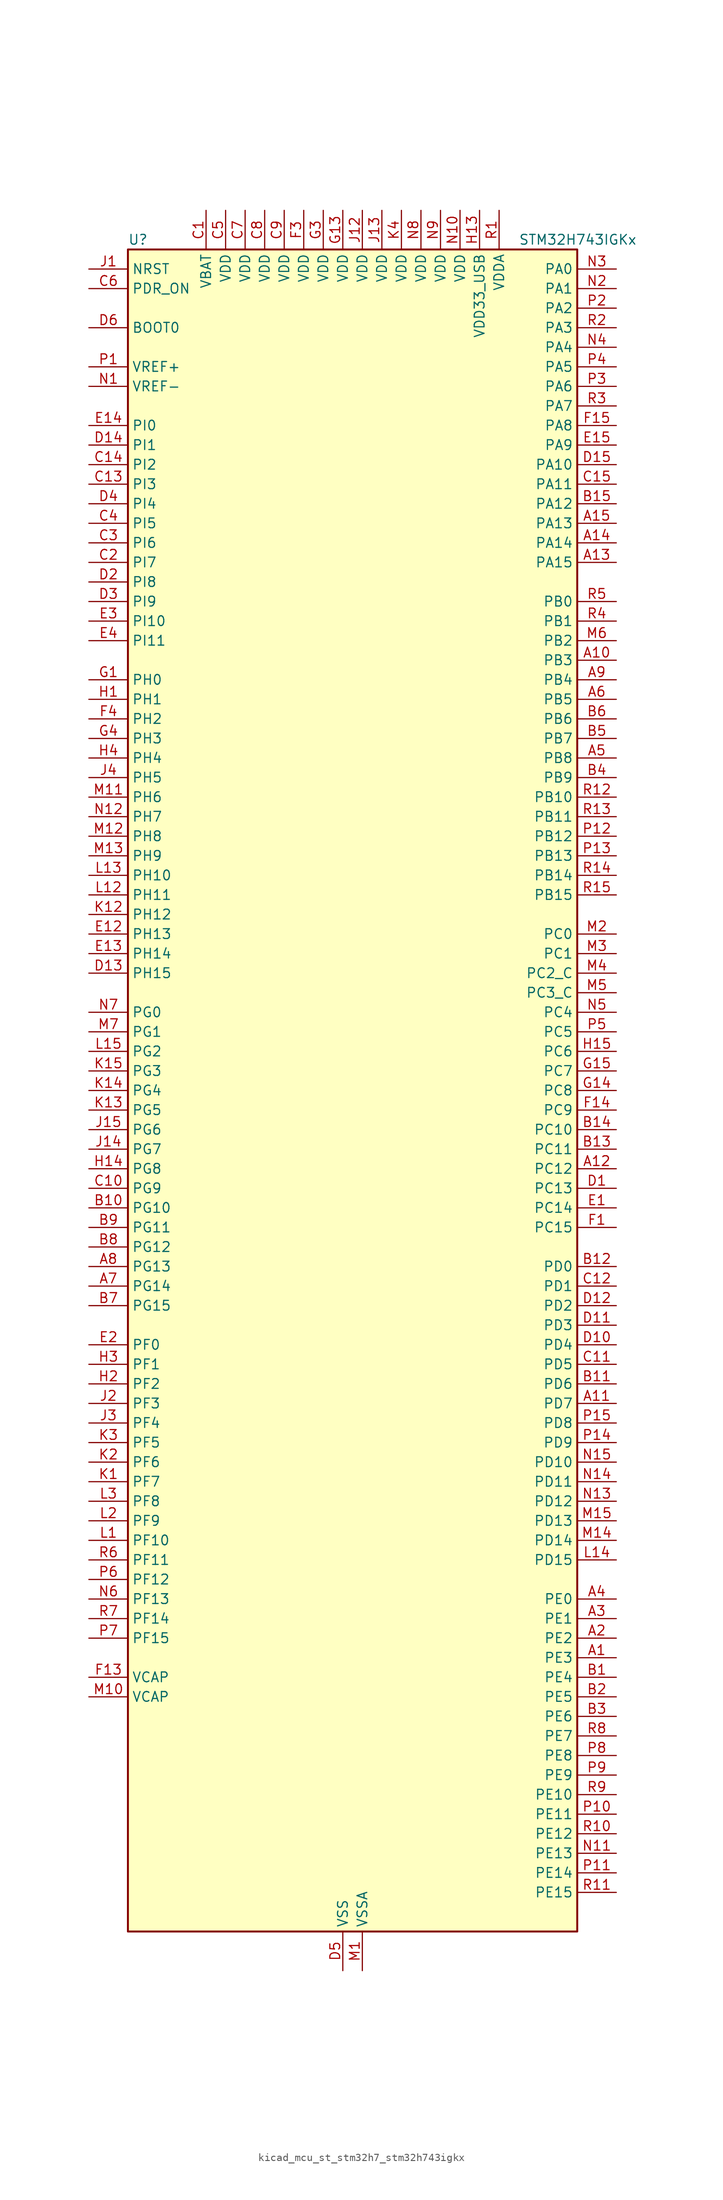
<source format=kicad_sym>
(kicad_symbol_lib
  (version 20220914)
  (generator kicad_symbol_editor)
  (symbol "kicad_mcu_st_stm32h7_stm32h743igkx"
    (property "Reference" "U"
      (at -27.94 110.49 0)
      (effects (font (size 1.27 1.27)) (justify left)))
    (property "Value" "STM32H743IGKx"
      (at 22.86 110.49 0)
      (effects (font (size 1.27 1.27)) (justify left)))
    (property "ki_locked" ""
      (at 0 0 0)
      (effects (font (size 1.27 1.27))))
    (symbol "kicad_mcu_st_stm32h7_stm32h743igkx_0_1"
      (rectangle (start -27.94 -109.22) (end 30.48 109.22) (stroke (width 0.254) (type default)) (fill (type background))))
    (symbol "kicad_mcu_st_stm32h7_stm32h743igkx_1_1"
      (pin bidirectional line (at 35.56 -73.66 180) (length 5.08) (name "PE3" (effects (font (size 1.27 1.27)))) (number "A1" (effects (font (size 1.27 1.27)))) (alternate "DEBUG_TRACED0" bidirectional line) (alternate "FMC_A19" bidirectional line) (alternate "SAI1_SD_B" bidirectional line) (alternate "SAI4_SD_B" bidirectional line) (alternate "TIM15_BKIN" bidirectional line))
      (pin bidirectional line (at 35.56 55.88 180) (length 5.08) (name "PB3" (effects (font (size 1.27 1.27)))) (number "A10" (effects (font (size 1.27 1.27)))) (alternate "CRS_SYNC" bidirectional line) (alternate "DEBUG_JTDO-SWO" bidirectional line) (alternate "HRTIM_FLT4" bidirectional line) (alternate "I2S1_CK" bidirectional line) (alternate "I2S3_CK" bidirectional line) (alternate "SDMMC2_D2" bidirectional line) (alternate "SPI1_SCK" bidirectional line) (alternate "SPI3_SCK" bidirectional line) (alternate "SPI6_SCK" bidirectional line) (alternate "TIM2_CH2" bidirectional line) (alternate "UART7_RX" bidirectional line))
      (pin bidirectional line (at 35.56 -40.64 180) (length 5.08) (name "PD7" (effects (font (size 1.27 1.27)))) (number "A11" (effects (font (size 1.27 1.27)))) (alternate "DFSDM1_CKIN1" bidirectional line) (alternate "DFSDM1_DATIN4" bidirectional line) (alternate "FMC_NE1" bidirectional line) (alternate "I2S1_SDO" bidirectional line) (alternate "SDMMC2_CMD" bidirectional line) (alternate "SPDIFRX1_IN0" bidirectional line) (alternate "SPI1_MOSI" bidirectional line) (alternate "USART2_CK" bidirectional line))
      (pin bidirectional line (at 35.56 -10.16 180) (length 5.08) (name "PC12" (effects (font (size 1.27 1.27)))) (number "A12" (effects (font (size 1.27 1.27)))) (alternate "DCMI_D9" bidirectional line) (alternate "DEBUG_TRACED3" bidirectional line) (alternate "HRTIM_EEV2" bidirectional line) (alternate "I2S3_SDO" bidirectional line) (alternate "SDMMC1_CK" bidirectional line) (alternate "SPI3_MOSI" bidirectional line) (alternate "UART5_TX" bidirectional line) (alternate "USART3_CK" bidirectional line))
      (pin bidirectional line (at 35.56 68.58 180) (length 5.08) (name "PA15" (effects (font (size 1.27 1.27)))) (number "A13" (effects (font (size 1.27 1.27)))) (alternate "ADC1_EXTI15" bidirectional line) (alternate "ADC2_EXTI15" bidirectional line) (alternate "ADC3_EXTI15" bidirectional line) (alternate "CEC" bidirectional line) (alternate "DEBUG_JTDI" bidirectional line) (alternate "HRTIM_FLT1" bidirectional line) (alternate "I2S1_WS" bidirectional line) (alternate "I2S3_WS" bidirectional line) (alternate "SPI1_NSS" bidirectional line) (alternate "SPI3_NSS" bidirectional line) (alternate "SPI6_NSS" bidirectional line) (alternate "TIM2_CH1" bidirectional line) (alternate "TIM2_ETR" bidirectional line) (alternate "UART4_DE" bidirectional line) (alternate "UART4_RTS" bidirectional line) (alternate "UART7_TX" bidirectional line))
      (pin bidirectional line (at 35.56 71.12 180) (length 5.08) (name "PA14" (effects (font (size 1.27 1.27)))) (number "A14" (effects (font (size 1.27 1.27)))) (alternate "DEBUG_JTCK-SWCLK" bidirectional line))
      (pin bidirectional line (at 35.56 73.66 180) (length 5.08) (name "PA13" (effects (font (size 1.27 1.27)))) (number "A15" (effects (font (size 1.27 1.27)))) (alternate "DEBUG_JTMS-SWDIO" bidirectional line))
      (pin bidirectional line (at 35.56 -71.12 180) (length 5.08) (name "PE2" (effects (font (size 1.27 1.27)))) (number "A2" (effects (font (size 1.27 1.27)))) (alternate "DEBUG_TRACECLK" bidirectional line) (alternate "ETH_TXD3" bidirectional line) (alternate "FMC_A23" bidirectional line) (alternate "QUADSPI_BK1_IO2" bidirectional line) (alternate "SAI1_CK1" bidirectional line) (alternate "SAI1_MCLK_A" bidirectional line) (alternate "SAI4_CK1" bidirectional line) (alternate "SAI4_MCLK_A" bidirectional line) (alternate "SPI4_SCK" bidirectional line))
      (pin bidirectional line (at 35.56 -68.58 180) (length 5.08) (name "PE1" (effects (font (size 1.27 1.27)))) (number "A3" (effects (font (size 1.27 1.27)))) (alternate "DCMI_D3" bidirectional line) (alternate "FMC_NBL1" bidirectional line) (alternate "HRTIM_SCOUT" bidirectional line) (alternate "LPTIM1_IN2" bidirectional line) (alternate "UART8_TX" bidirectional line))
      (pin bidirectional line (at 35.56 -66.04 180) (length 5.08) (name "PE0" (effects (font (size 1.27 1.27)))) (number "A4" (effects (font (size 1.27 1.27)))) (alternate "DCMI_D2" bidirectional line) (alternate "FMC_NBL0" bidirectional line) (alternate "HRTIM_SCIN" bidirectional line) (alternate "LPTIM1_ETR" bidirectional line) (alternate "LPTIM2_ETR" bidirectional line) (alternate "SAI2_MCLK_A" bidirectional line) (alternate "TIM4_ETR" bidirectional line) (alternate "UART8_RX" bidirectional line))
      (pin bidirectional line (at 35.56 43.18 180) (length 5.08) (name "PB8" (effects (font (size 1.27 1.27)))) (number "A5" (effects (font (size 1.27 1.27)))) (alternate "DCMI_D6" bidirectional line) (alternate "DFSDM1_CKIN7" bidirectional line) (alternate "ETH_TXD3" bidirectional line) (alternate "FDCAN1_RX" bidirectional line) (alternate "I2C1_SCL" bidirectional line) (alternate "I2C4_SCL" bidirectional line) (alternate "LTDC_B6" bidirectional line) (alternate "SDMMC1_CKIN" bidirectional line) (alternate "SDMMC1_D4" bidirectional line) (alternate "SDMMC2_D4" bidirectional line) (alternate "TIM16_CH1" bidirectional line) (alternate "TIM4_CH3" bidirectional line) (alternate "UART4_RX" bidirectional line))
      (pin bidirectional line (at 35.56 50.8 180) (length 5.08) (name "PB5" (effects (font (size 1.27 1.27)))) (number "A6" (effects (font (size 1.27 1.27)))) (alternate "DCMI_D10" bidirectional line) (alternate "ETH_PPS_OUT" bidirectional line) (alternate "FDCAN2_RX" bidirectional line) (alternate "FMC_SDCKE1" bidirectional line) (alternate "HRTIM_EEV7" bidirectional line) (alternate "I2C1_SMBA" bidirectional line) (alternate "I2C4_SMBA" bidirectional line) (alternate "I2S1_SDO" bidirectional line) (alternate "I2S3_SDO" bidirectional line) (alternate "SPI1_MOSI" bidirectional line) (alternate "SPI3_MOSI" bidirectional line) (alternate "SPI6_MOSI" bidirectional line) (alternate "TIM17_BKIN" bidirectional line) (alternate "TIM3_CH2" bidirectional line) (alternate "UART5_RX" bidirectional line) (alternate "USB_OTG_HS_ULPI_D7" bidirectional line))
      (pin bidirectional line (at -33.02 -25.4 0) (length 5.08) (name "PG14" (effects (font (size 1.27 1.27)))) (number "A7" (effects (font (size 1.27 1.27)))) (alternate "DEBUG_TRACED1" bidirectional line) (alternate "ETH_TXD1" bidirectional line) (alternate "FMC_A25" bidirectional line) (alternate "LPTIM1_ETR" bidirectional line) (alternate "LTDC_B0" bidirectional line) (alternate "QUADSPI_BK2_IO3" bidirectional line) (alternate "SPI6_MOSI" bidirectional line) (alternate "USART6_TX" bidirectional line))
      (pin bidirectional line (at -33.02 -22.86 0) (length 5.08) (name "PG13" (effects (font (size 1.27 1.27)))) (number "A8" (effects (font (size 1.27 1.27)))) (alternate "DEBUG_TRACED0" bidirectional line) (alternate "ETH_TXD0" bidirectional line) (alternate "FMC_A24" bidirectional line) (alternate "HRTIM_EEV10" bidirectional line) (alternate "LPTIM1_OUT" bidirectional line) (alternate "LTDC_R0" bidirectional line) (alternate "SPI6_SCK" bidirectional line) (alternate "USART6_CTS" bidirectional line) (alternate "USART6_NSS" bidirectional line))
      (pin bidirectional line (at 35.56 53.34 180) (length 5.08) (name "PB4" (effects (font (size 1.27 1.27)))) (number "A9" (effects (font (size 1.27 1.27)))) (alternate "DEBUG_JTRST" bidirectional line) (alternate "HRTIM_EEV6" bidirectional line) (alternate "I2S1_SDI" bidirectional line) (alternate "I2S2_WS" bidirectional line) (alternate "I2S3_SDI" bidirectional line) (alternate "SDMMC2_D3" bidirectional line) (alternate "SPI1_MISO" bidirectional line) (alternate "SPI2_NSS" bidirectional line) (alternate "SPI3_MISO" bidirectional line) (alternate "SPI6_MISO" bidirectional line) (alternate "TIM16_BKIN" bidirectional line) (alternate "TIM3_CH1" bidirectional line) (alternate "UART7_TX" bidirectional line))
      (pin bidirectional line (at 35.56 -76.2 180) (length 5.08) (name "PE4" (effects (font (size 1.27 1.27)))) (number "B1" (effects (font (size 1.27 1.27)))) (alternate "DCMI_D4" bidirectional line) (alternate "DEBUG_TRACED1" bidirectional line) (alternate "DFSDM1_DATIN3" bidirectional line) (alternate "FMC_A20" bidirectional line) (alternate "LTDC_B0" bidirectional line) (alternate "SAI1_D2" bidirectional line) (alternate "SAI1_FS_A" bidirectional line) (alternate "SAI4_D2" bidirectional line) (alternate "SAI4_FS_A" bidirectional line) (alternate "SPI4_NSS" bidirectional line) (alternate "TIM15_CH1N" bidirectional line))
      (pin bidirectional line (at -33.02 -15.24 0) (length 5.08) (name "PG10" (effects (font (size 1.27 1.27)))) (number "B10" (effects (font (size 1.27 1.27)))) (alternate "DCMI_D2" bidirectional line) (alternate "FMC_NE3" bidirectional line) (alternate "HRTIM_FLT5" bidirectional line) (alternate "I2S1_WS" bidirectional line) (alternate "LTDC_B2" bidirectional line) (alternate "LTDC_G3" bidirectional line) (alternate "SAI2_SD_B" bidirectional line) (alternate "SPI1_NSS" bidirectional line))
      (pin bidirectional line (at 35.56 -38.1 180) (length 5.08) (name "PD6" (effects (font (size 1.27 1.27)))) (number "B11" (effects (font (size 1.27 1.27)))) (alternate "DCMI_D10" bidirectional line) (alternate "DFSDM1_CKIN4" bidirectional line) (alternate "DFSDM1_DATIN1" bidirectional line) (alternate "FMC_NWAIT" bidirectional line) (alternate "I2S3_SDO" bidirectional line) (alternate "LTDC_B2" bidirectional line) (alternate "SAI1_D1" bidirectional line) (alternate "SAI1_SD_A" bidirectional line) (alternate "SAI4_D1" bidirectional line) (alternate "SAI4_SD_A" bidirectional line) (alternate "SDMMC2_CK" bidirectional line) (alternate "SPI3_MOSI" bidirectional line) (alternate "USART2_RX" bidirectional line))
      (pin bidirectional line (at 35.56 -22.86 180) (length 5.08) (name "PD0" (effects (font (size 1.27 1.27)))) (number "B12" (effects (font (size 1.27 1.27)))) (alternate "DFSDM1_CKIN6" bidirectional line) (alternate "FDCAN1_RX" bidirectional line) (alternate "FMC_D2" bidirectional line) (alternate "FMC_DA2" bidirectional line) (alternate "SAI3_SCK_A" bidirectional line) (alternate "UART4_RX" bidirectional line))
      (pin bidirectional line (at 35.56 -7.62 180) (length 5.08) (name "PC11" (effects (font (size 1.27 1.27)))) (number "B13" (effects (font (size 1.27 1.27)))) (alternate "ADC1_EXTI11" bidirectional line) (alternate "ADC2_EXTI11" bidirectional line) (alternate "ADC3_EXTI11" bidirectional line) (alternate "DCMI_D4" bidirectional line) (alternate "DFSDM1_DATIN5" bidirectional line) (alternate "HRTIM_FLT2" bidirectional line) (alternate "I2S3_SDI" bidirectional line) (alternate "QUADSPI_BK2_NCS" bidirectional line) (alternate "SDMMC1_D3" bidirectional line) (alternate "SPI3_MISO" bidirectional line) (alternate "UART4_RX" bidirectional line) (alternate "USART3_RX" bidirectional line))
      (pin bidirectional line (at 35.56 -5.08 180) (length 5.08) (name "PC10" (effects (font (size 1.27 1.27)))) (number "B14" (effects (font (size 1.27 1.27)))) (alternate "DCMI_D8" bidirectional line) (alternate "DFSDM1_CKIN5" bidirectional line) (alternate "HRTIM_EEV1" bidirectional line) (alternate "I2S3_CK" bidirectional line) (alternate "LTDC_R2" bidirectional line) (alternate "QUADSPI_BK1_IO1" bidirectional line) (alternate "SDMMC1_D2" bidirectional line) (alternate "SPI3_SCK" bidirectional line) (alternate "UART4_TX" bidirectional line) (alternate "USART3_TX" bidirectional line))
      (pin bidirectional line (at 35.56 76.2 180) (length 5.08) (name "PA12" (effects (font (size 1.27 1.27)))) (number "B15" (effects (font (size 1.27 1.27)))) (alternate "FDCAN1_TX" bidirectional line) (alternate "HRTIM_CHD2" bidirectional line) (alternate "I2S2_CK" bidirectional line) (alternate "LPUART1_DE" bidirectional line) (alternate "LPUART1_RTS" bidirectional line) (alternate "LTDC_R5" bidirectional line) (alternate "SAI2_FS_B" bidirectional line) (alternate "SPI2_SCK" bidirectional line) (alternate "TIM1_ETR" bidirectional line) (alternate "UART4_TX" bidirectional line) (alternate "USART1_DE" bidirectional line) (alternate "USART1_RTS" bidirectional line) (alternate "USB_OTG_FS_DP" bidirectional line))
      (pin bidirectional line (at 35.56 -78.74 180) (length 5.08) (name "PE5" (effects (font (size 1.27 1.27)))) (number "B2" (effects (font (size 1.27 1.27)))) (alternate "DCMI_D6" bidirectional line) (alternate "DEBUG_TRACED2" bidirectional line) (alternate "DFSDM1_CKIN3" bidirectional line) (alternate "FMC_A21" bidirectional line) (alternate "LTDC_G0" bidirectional line) (alternate "SAI1_CK2" bidirectional line) (alternate "SAI1_SCK_A" bidirectional line) (alternate "SAI4_CK2" bidirectional line) (alternate "SAI4_SCK_A" bidirectional line) (alternate "SPI4_MISO" bidirectional line) (alternate "TIM15_CH1" bidirectional line))
      (pin bidirectional line (at 35.56 -81.28 180) (length 5.08) (name "PE6" (effects (font (size 1.27 1.27)))) (number "B3" (effects (font (size 1.27 1.27)))) (alternate "DCMI_D7" bidirectional line) (alternate "DEBUG_TRACED3" bidirectional line) (alternate "FMC_A22" bidirectional line) (alternate "LTDC_G1" bidirectional line) (alternate "SAI1_D1" bidirectional line) (alternate "SAI1_SD_A" bidirectional line) (alternate "SAI2_MCLK_B" bidirectional line) (alternate "SAI4_D1" bidirectional line) (alternate "SAI4_SD_A" bidirectional line) (alternate "SPI4_MOSI" bidirectional line) (alternate "TIM15_CH2" bidirectional line) (alternate "TIM1_BKIN2" bidirectional line) (alternate "TIM1_BKIN2_COMP1" bidirectional line) (alternate "TIM1_BKIN2_COMP2" bidirectional line))
      (pin bidirectional line (at 35.56 40.64 180) (length 5.08) (name "PB9" (effects (font (size 1.27 1.27)))) (number "B4" (effects (font (size 1.27 1.27)))) (alternate "DAC1_EXTI9" bidirectional line) (alternate "DCMI_D7" bidirectional line) (alternate "DFSDM1_DATIN7" bidirectional line) (alternate "FDCAN1_TX" bidirectional line) (alternate "I2C1_SDA" bidirectional line) (alternate "I2C4_SDA" bidirectional line) (alternate "I2C4_SMBA" bidirectional line) (alternate "I2S2_WS" bidirectional line) (alternate "LTDC_B7" bidirectional line) (alternate "SDMMC1_CDIR" bidirectional line) (alternate "SDMMC1_D5" bidirectional line) (alternate "SDMMC2_D5" bidirectional line) (alternate "SPI2_NSS" bidirectional line) (alternate "TIM17_CH1" bidirectional line) (alternate "TIM4_CH4" bidirectional line) (alternate "UART4_TX" bidirectional line))
      (pin bidirectional line (at 35.56 45.72 180) (length 5.08) (name "PB7" (effects (font (size 1.27 1.27)))) (number "B5" (effects (font (size 1.27 1.27)))) (alternate "DCMI_VSYNC" bidirectional line) (alternate "DFSDM1_CKIN5" bidirectional line) (alternate "FMC_NL" bidirectional line) (alternate "HRTIM_EEV9" bidirectional line) (alternate "I2C1_SDA" bidirectional line) (alternate "I2C4_SDA" bidirectional line) (alternate "LPUART1_RX" bidirectional line) (alternate "PWR_PVD_IN" bidirectional line) (alternate "TIM17_CH1N" bidirectional line) (alternate "TIM4_CH2" bidirectional line) (alternate "USART1_RX" bidirectional line))
      (pin bidirectional line (at 35.56 48.26 180) (length 5.08) (name "PB6" (effects (font (size 1.27 1.27)))) (number "B6" (effects (font (size 1.27 1.27)))) (alternate "CEC" bidirectional line) (alternate "DCMI_D5" bidirectional line) (alternate "DFSDM1_DATIN5" bidirectional line) (alternate "FDCAN2_TX" bidirectional line) (alternate "FMC_SDNE1" bidirectional line) (alternate "HRTIM_EEV8" bidirectional line) (alternate "I2C1_SCL" bidirectional line) (alternate "I2C4_SCL" bidirectional line) (alternate "LPUART1_TX" bidirectional line) (alternate "QUADSPI_BK1_NCS" bidirectional line) (alternate "TIM16_CH1N" bidirectional line) (alternate "TIM4_CH1" bidirectional line) (alternate "UART5_TX" bidirectional line) (alternate "USART1_TX" bidirectional line))
      (pin bidirectional line (at -33.02 -27.94 0) (length 5.08) (name "PG15" (effects (font (size 1.27 1.27)))) (number "B7" (effects (font (size 1.27 1.27)))) (alternate "ADC1_EXTI15" bidirectional line) (alternate "ADC2_EXTI15" bidirectional line) (alternate "ADC3_EXTI15" bidirectional line) (alternate "DCMI_D13" bidirectional line) (alternate "FMC_SDNCAS" bidirectional line) (alternate "USART6_CTS" bidirectional line) (alternate "USART6_NSS" bidirectional line))
      (pin bidirectional line (at -33.02 -20.32 0) (length 5.08) (name "PG12" (effects (font (size 1.27 1.27)))) (number "B8" (effects (font (size 1.27 1.27)))) (alternate "ETH_TXD1" bidirectional line) (alternate "FMC_NE4" bidirectional line) (alternate "HRTIM_EEV5" bidirectional line) (alternate "LPTIM1_IN1" bidirectional line) (alternate "LTDC_B1" bidirectional line) (alternate "LTDC_B4" bidirectional line) (alternate "SPDIFRX1_IN1" bidirectional line) (alternate "SPI6_MISO" bidirectional line) (alternate "USART6_DE" bidirectional line) (alternate "USART6_RTS" bidirectional line))
      (pin bidirectional line (at -33.02 -17.78 0) (length 5.08) (name "PG11" (effects (font (size 1.27 1.27)))) (number "B9" (effects (font (size 1.27 1.27)))) (alternate "ADC1_EXTI11" bidirectional line) (alternate "ADC2_EXTI11" bidirectional line) (alternate "ADC3_EXTI11" bidirectional line) (alternate "DCMI_D3" bidirectional line) (alternate "ETH_TX_EN" bidirectional line) (alternate "HRTIM_EEV4" bidirectional line) (alternate "I2S1_CK" bidirectional line) (alternate "LPTIM1_IN2" bidirectional line) (alternate "LTDC_B3" bidirectional line) (alternate "SDMMC2_D2" bidirectional line) (alternate "SPDIFRX1_IN0" bidirectional line) (alternate "SPI1_SCK" bidirectional line))
      (pin power_in line (at -17.78 114.3 270) (length 5.08) (name "VBAT" (effects (font (size 1.27 1.27)))) (number "C1" (effects (font (size 1.27 1.27)))))
      (pin bidirectional line (at -33.02 -12.7 0) (length 5.08) (name "PG9" (effects (font (size 1.27 1.27)))) (number "C10" (effects (font (size 1.27 1.27)))) (alternate "DAC1_EXTI9" bidirectional line) (alternate "DCMI_VSYNC" bidirectional line) (alternate "FMC_NCE" bidirectional line) (alternate "FMC_NE2" bidirectional line) (alternate "I2S1_SDI" bidirectional line) (alternate "QUADSPI_BK2_IO2" bidirectional line) (alternate "SAI2_FS_B" bidirectional line) (alternate "SPDIFRX1_IN3" bidirectional line) (alternate "SPI1_MISO" bidirectional line) (alternate "USART6_RX" bidirectional line))
      (pin bidirectional line (at 35.56 -35.56 180) (length 5.08) (name "PD5" (effects (font (size 1.27 1.27)))) (number "C11" (effects (font (size 1.27 1.27)))) (alternate "FMC_NWE" bidirectional line) (alternate "HRTIM_EEV3" bidirectional line) (alternate "USART2_TX" bidirectional line))
      (pin bidirectional line (at 35.56 -25.4 180) (length 5.08) (name "PD1" (effects (font (size 1.27 1.27)))) (number "C12" (effects (font (size 1.27 1.27)))) (alternate "DFSDM1_DATIN6" bidirectional line) (alternate "FDCAN1_TX" bidirectional line) (alternate "FMC_D3" bidirectional line) (alternate "FMC_DA3" bidirectional line) (alternate "SAI3_SD_A" bidirectional line) (alternate "UART4_TX" bidirectional line))
      (pin bidirectional line (at -33.02 78.74 0) (length 5.08) (name "PI3" (effects (font (size 1.27 1.27)))) (number "C13" (effects (font (size 1.27 1.27)))) (alternate "DCMI_D10" bidirectional line) (alternate "FMC_D27" bidirectional line) (alternate "I2S2_SDO" bidirectional line) (alternate "SPI2_MOSI" bidirectional line) (alternate "TIM8_ETR" bidirectional line))
      (pin bidirectional line (at -33.02 81.28 0) (length 5.08) (name "PI2" (effects (font (size 1.27 1.27)))) (number "C14" (effects (font (size 1.27 1.27)))) (alternate "DCMI_D9" bidirectional line) (alternate "FMC_D26" bidirectional line) (alternate "I2S2_SDI" bidirectional line) (alternate "LTDC_G7" bidirectional line) (alternate "SPI2_MISO" bidirectional line) (alternate "TIM8_CH4" bidirectional line))
      (pin bidirectional line (at 35.56 78.74 180) (length 5.08) (name "PA11" (effects (font (size 1.27 1.27)))) (number "C15" (effects (font (size 1.27 1.27)))) (alternate "ADC1_EXTI11" bidirectional line) (alternate "ADC2_EXTI11" bidirectional line) (alternate "ADC3_EXTI11" bidirectional line) (alternate "FDCAN1_RX" bidirectional line) (alternate "HRTIM_CHD1" bidirectional line) (alternate "I2S2_WS" bidirectional line) (alternate "LPUART1_CTS" bidirectional line) (alternate "LTDC_R4" bidirectional line) (alternate "SPI2_NSS" bidirectional line) (alternate "TIM1_CH4" bidirectional line) (alternate "UART4_RX" bidirectional line) (alternate "USART1_CTS" bidirectional line) (alternate "USART1_NSS" bidirectional line) (alternate "USB_OTG_FS_DM" bidirectional line))
      (pin bidirectional line (at -33.02 68.58 0) (length 5.08) (name "PI7" (effects (font (size 1.27 1.27)))) (number "C2" (effects (font (size 1.27 1.27)))) (alternate "DCMI_D7" bidirectional line) (alternate "FMC_D29" bidirectional line) (alternate "LTDC_B7" bidirectional line) (alternate "SAI2_FS_A" bidirectional line) (alternate "TIM8_CH3" bidirectional line))
      (pin bidirectional line (at -33.02 71.12 0) (length 5.08) (name "PI6" (effects (font (size 1.27 1.27)))) (number "C3" (effects (font (size 1.27 1.27)))) (alternate "DCMI_D6" bidirectional line) (alternate "FMC_D28" bidirectional line) (alternate "LTDC_B6" bidirectional line) (alternate "SAI2_SD_A" bidirectional line) (alternate "TIM8_CH2" bidirectional line))
      (pin bidirectional line (at -33.02 73.66 0) (length 5.08) (name "PI5" (effects (font (size 1.27 1.27)))) (number "C4" (effects (font (size 1.27 1.27)))) (alternate "DCMI_VSYNC" bidirectional line) (alternate "FMC_NBL3" bidirectional line) (alternate "LTDC_B5" bidirectional line) (alternate "SAI2_SCK_A" bidirectional line) (alternate "TIM8_CH1" bidirectional line))
      (pin power_in line (at -15.24 114.3 270) (length 5.08) (name "VDD" (effects (font (size 1.27 1.27)))) (number "C5" (effects (font (size 1.27 1.27)))))
      (pin input line (at -33.02 104.14 0) (length 5.08) (name "PDR_ON" (effects (font (size 1.27 1.27)))) (number "C6" (effects (font (size 1.27 1.27)))))
      (pin power_in line (at -12.7 114.3 270) (length 5.08) (name "VDD" (effects (font (size 1.27 1.27)))) (number "C7" (effects (font (size 1.27 1.27)))))
      (pin power_in line (at -10.16 114.3 270) (length 5.08) (name "VDD" (effects (font (size 1.27 1.27)))) (number "C8" (effects (font (size 1.27 1.27)))))
      (pin power_in line (at -7.62 114.3 270) (length 5.08) (name "VDD" (effects (font (size 1.27 1.27)))) (number "C9" (effects (font (size 1.27 1.27)))))
      (pin bidirectional line (at 35.56 -12.7 180) (length 5.08) (name "PC13" (effects (font (size 1.27 1.27)))) (number "D1" (effects (font (size 1.27 1.27)))) (alternate "PWR_WKUP2" bidirectional line) (alternate "RTC_OUT_ALARM" bidirectional line) (alternate "RTC_OUT_CALIB" bidirectional line) (alternate "RTC_TAMP1" bidirectional line) (alternate "RTC_TS" bidirectional line))
      (pin bidirectional line (at 35.56 -33.02 180) (length 5.08) (name "PD4" (effects (font (size 1.27 1.27)))) (number "D10" (effects (font (size 1.27 1.27)))) (alternate "FMC_NOE" bidirectional line) (alternate "HRTIM_FLT3" bidirectional line) (alternate "SAI3_FS_A" bidirectional line) (alternate "USART2_DE" bidirectional line) (alternate "USART2_RTS" bidirectional line))
      (pin bidirectional line (at 35.56 -30.48 180) (length 5.08) (name "PD3" (effects (font (size 1.27 1.27)))) (number "D11" (effects (font (size 1.27 1.27)))) (alternate "DCMI_D5" bidirectional line) (alternate "DFSDM1_CKOUT" bidirectional line) (alternate "FMC_CLK" bidirectional line) (alternate "I2S2_CK" bidirectional line) (alternate "LTDC_G7" bidirectional line) (alternate "SPI2_SCK" bidirectional line) (alternate "USART2_CTS" bidirectional line) (alternate "USART2_NSS" bidirectional line))
      (pin bidirectional line (at 35.56 -27.94 180) (length 5.08) (name "PD2" (effects (font (size 1.27 1.27)))) (number "D12" (effects (font (size 1.27 1.27)))) (alternate "DCMI_D11" bidirectional line) (alternate "DEBUG_TRACED2" bidirectional line) (alternate "SDMMC1_CMD" bidirectional line) (alternate "TIM3_ETR" bidirectional line) (alternate "UART5_RX" bidirectional line))
      (pin bidirectional line (at -33.02 15.24 0) (length 5.08) (name "PH15" (effects (font (size 1.27 1.27)))) (number "D13" (effects (font (size 1.27 1.27)))) (alternate "ADC1_EXTI15" bidirectional line) (alternate "ADC2_EXTI15" bidirectional line) (alternate "ADC3_EXTI15" bidirectional line) (alternate "DCMI_D11" bidirectional line) (alternate "FMC_D23" bidirectional line) (alternate "LTDC_G4" bidirectional line) (alternate "TIM8_CH3N" bidirectional line))
      (pin bidirectional line (at -33.02 83.82 0) (length 5.08) (name "PI1" (effects (font (size 1.27 1.27)))) (number "D14" (effects (font (size 1.27 1.27)))) (alternate "DCMI_D8" bidirectional line) (alternate "FMC_D25" bidirectional line) (alternate "I2S2_CK" bidirectional line) (alternate "LTDC_G6" bidirectional line) (alternate "SPI2_SCK" bidirectional line) (alternate "TIM8_BKIN2" bidirectional line) (alternate "TIM8_BKIN2_COMP1" bidirectional line) (alternate "TIM8_BKIN2_COMP2" bidirectional line))
      (pin bidirectional line (at 35.56 81.28 180) (length 5.08) (name "PA10" (effects (font (size 1.27 1.27)))) (number "D15" (effects (font (size 1.27 1.27)))) (alternate "DCMI_D1" bidirectional line) (alternate "HRTIM_CHC2" bidirectional line) (alternate "LPUART1_RX" bidirectional line) (alternate "LTDC_B1" bidirectional line) (alternate "LTDC_B4" bidirectional line) (alternate "MDIOS_MDIO" bidirectional line) (alternate "TIM1_CH3" bidirectional line) (alternate "USART1_RX" bidirectional line) (alternate "USB_OTG_FS_ID" bidirectional line))
      (pin bidirectional line (at -33.02 66.04 0) (length 5.08) (name "PI8" (effects (font (size 1.27 1.27)))) (number "D2" (effects (font (size 1.27 1.27)))) (alternate "PWR_WKUP3" bidirectional line) (alternate "RTC_TAMP2" bidirectional line))
      (pin bidirectional line (at -33.02 63.5 0) (length 5.08) (name "PI9" (effects (font (size 1.27 1.27)))) (number "D3" (effects (font (size 1.27 1.27)))) (alternate "DAC1_EXTI9" bidirectional line) (alternate "FDCAN1_RX" bidirectional line) (alternate "FMC_D30" bidirectional line) (alternate "LTDC_VSYNC" bidirectional line) (alternate "UART4_RX" bidirectional line))
      (pin bidirectional line (at -33.02 76.2 0) (length 5.08) (name "PI4" (effects (font (size 1.27 1.27)))) (number "D4" (effects (font (size 1.27 1.27)))) (alternate "DCMI_D5" bidirectional line) (alternate "FMC_NBL2" bidirectional line) (alternate "LTDC_B4" bidirectional line) (alternate "SAI2_MCLK_A" bidirectional line) (alternate "TIM8_BKIN" bidirectional line) (alternate "TIM8_BKIN_COMP1" bidirectional line) (alternate "TIM8_BKIN_COMP2" bidirectional line))
      (pin power_in line (at 0 -114.3 90) (length 5.08) (name "VSS" (effects (font (size 1.27 1.27)))) (number "D5" (effects (font (size 1.27 1.27)))))
      (pin input line (at -33.02 99.06 0) (length 5.08) (name "BOOT0" (effects (font (size 1.27 1.27)))) (number "D6" (effects (font (size 1.27 1.27)))))
      (pin passive line (at 0 -114.3 90) (length 5.08) hide (name "VSS" (effects (font (size 1.27 1.27)))) (number "D7" (effects (font (size 1.27 1.27)))))
      (pin passive line (at 0 -114.3 90) (length 5.08) hide (name "VSS" (effects (font (size 1.27 1.27)))) (number "D8" (effects (font (size 1.27 1.27)))))
      (pin passive line (at 0 -114.3 90) (length 5.08) hide (name "VSS" (effects (font (size 1.27 1.27)))) (number "D9" (effects (font (size 1.27 1.27)))))
      (pin bidirectional line (at 35.56 -15.24 180) (length 5.08) (name "PC14" (effects (font (size 1.27 1.27)))) (number "E1" (effects (font (size 1.27 1.27)))) (alternate "RCC_OSC32_IN" bidirectional line))
      (pin bidirectional line (at -33.02 20.32 0) (length 5.08) (name "PH13" (effects (font (size 1.27 1.27)))) (number "E12" (effects (font (size 1.27 1.27)))) (alternate "FDCAN1_TX" bidirectional line) (alternate "FMC_D21" bidirectional line) (alternate "LTDC_G2" bidirectional line) (alternate "TIM8_CH1N" bidirectional line) (alternate "UART4_TX" bidirectional line))
      (pin bidirectional line (at -33.02 17.78 0) (length 5.08) (name "PH14" (effects (font (size 1.27 1.27)))) (number "E13" (effects (font (size 1.27 1.27)))) (alternate "DCMI_D4" bidirectional line) (alternate "FDCAN1_RX" bidirectional line) (alternate "FMC_D22" bidirectional line) (alternate "LTDC_G3" bidirectional line) (alternate "TIM8_CH2N" bidirectional line) (alternate "UART4_RX" bidirectional line))
      (pin bidirectional line (at -33.02 86.36 0) (length 5.08) (name "PI0" (effects (font (size 1.27 1.27)))) (number "E14" (effects (font (size 1.27 1.27)))) (alternate "DCMI_D13" bidirectional line) (alternate "FMC_D24" bidirectional line) (alternate "I2S2_WS" bidirectional line) (alternate "LTDC_G5" bidirectional line) (alternate "SPI2_NSS" bidirectional line) (alternate "TIM5_CH4" bidirectional line))
      (pin bidirectional line (at 35.56 83.82 180) (length 5.08) (name "PA9" (effects (font (size 1.27 1.27)))) (number "E15" (effects (font (size 1.27 1.27)))) (alternate "DAC1_EXTI9" bidirectional line) (alternate "DCMI_D0" bidirectional line) (alternate "HRTIM_CHC1" bidirectional line) (alternate "I2C3_SMBA" bidirectional line) (alternate "I2S2_CK" bidirectional line) (alternate "LPUART1_TX" bidirectional line) (alternate "LTDC_R5" bidirectional line) (alternate "SPI2_SCK" bidirectional line) (alternate "TIM1_CH2" bidirectional line) (alternate "USART1_TX" bidirectional line) (alternate "USB_OTG_FS_VBUS" bidirectional line))
      (pin bidirectional line (at -33.02 -33.02 0) (length 5.08) (name "PF0" (effects (font (size 1.27 1.27)))) (number "E2" (effects (font (size 1.27 1.27)))) (alternate "FMC_A0" bidirectional line) (alternate "I2C2_SDA" bidirectional line))
      (pin bidirectional line (at -33.02 60.96 0) (length 5.08) (name "PI10" (effects (font (size 1.27 1.27)))) (number "E3" (effects (font (size 1.27 1.27)))) (alternate "ETH_RX_ER" bidirectional line) (alternate "FMC_D31" bidirectional line) (alternate "LTDC_HSYNC" bidirectional line))
      (pin bidirectional line (at -33.02 58.42 0) (length 5.08) (name "PI11" (effects (font (size 1.27 1.27)))) (number "E4" (effects (font (size 1.27 1.27)))) (alternate "ADC1_EXTI11" bidirectional line) (alternate "ADC2_EXTI11" bidirectional line) (alternate "ADC3_EXTI11" bidirectional line) (alternate "LTDC_G6" bidirectional line) (alternate "PWR_WKUP4" bidirectional line) (alternate "USB_OTG_HS_ULPI_DIR" bidirectional line))
      (pin bidirectional line (at 35.56 -17.78 180) (length 5.08) (name "PC15" (effects (font (size 1.27 1.27)))) (number "F1" (effects (font (size 1.27 1.27)))) (alternate "ADC1_EXTI15" bidirectional line) (alternate "ADC2_EXTI15" bidirectional line) (alternate "ADC3_EXTI15" bidirectional line) (alternate "RCC_OSC32_OUT" bidirectional line))
      (pin passive line (at 0 -114.3 90) (length 5.08) hide (name "VSS" (effects (font (size 1.27 1.27)))) (number "F10" (effects (font (size 1.27 1.27)))))
      (pin passive line (at 0 -114.3 90) (length 5.08) hide (name "VSS" (effects (font (size 1.27 1.27)))) (number "F12" (effects (font (size 1.27 1.27)))))
      (pin power_out line (at -33.02 -76.2 0) (length 5.08) (name "VCAP" (effects (font (size 1.27 1.27)))) (number "F13" (effects (font (size 1.27 1.27)))))
      (pin bidirectional line (at 35.56 -2.54 180) (length 5.08) (name "PC9" (effects (font (size 1.27 1.27)))) (number "F14" (effects (font (size 1.27 1.27)))) (alternate "DAC1_EXTI9" bidirectional line) (alternate "DCMI_D3" bidirectional line) (alternate "I2C3_SDA" bidirectional line) (alternate "I2S_CKIN" bidirectional line) (alternate "LTDC_B2" bidirectional line) (alternate "LTDC_G3" bidirectional line) (alternate "QUADSPI_BK1_IO0" bidirectional line) (alternate "RCC_MCO_2" bidirectional line) (alternate "SDMMC1_D1" bidirectional line) (alternate "SWPMI1_SUSPEND" bidirectional line) (alternate "TIM3_CH4" bidirectional line) (alternate "TIM8_CH4" bidirectional line) (alternate "UART5_CTS" bidirectional line))
      (pin bidirectional line (at 35.56 86.36 180) (length 5.08) (name "PA8" (effects (font (size 1.27 1.27)))) (number "F15" (effects (font (size 1.27 1.27)))) (alternate "HRTIM_CHB2" bidirectional line) (alternate "I2C3_SCL" bidirectional line) (alternate "LTDC_B3" bidirectional line) (alternate "LTDC_R6" bidirectional line) (alternate "RCC_MCO_1" bidirectional line) (alternate "TIM1_CH1" bidirectional line) (alternate "TIM8_BKIN2" bidirectional line) (alternate "TIM8_BKIN2_COMP1" bidirectional line) (alternate "TIM8_BKIN2_COMP2" bidirectional line) (alternate "UART7_RX" bidirectional line) (alternate "USART1_CK" bidirectional line) (alternate "USB_OTG_FS_SOF" bidirectional line))
      (pin passive line (at 0 -114.3 90) (length 5.08) hide (name "VSS" (effects (font (size 1.27 1.27)))) (number "F2" (effects (font (size 1.27 1.27)))))
      (pin power_in line (at -5.08 114.3 270) (length 5.08) (name "VDD" (effects (font (size 1.27 1.27)))) (number "F3" (effects (font (size 1.27 1.27)))))
      (pin bidirectional line (at -33.02 48.26 0) (length 5.08) (name "PH2" (effects (font (size 1.27 1.27)))) (number "F4" (effects (font (size 1.27 1.27)))) (alternate "ADC3_INP13" bidirectional line) (alternate "ETH_CRS" bidirectional line) (alternate "FMC_SDCKE0" bidirectional line) (alternate "LPTIM1_IN2" bidirectional line) (alternate "LTDC_R0" bidirectional line) (alternate "QUADSPI_BK2_IO0" bidirectional line) (alternate "SAI2_SCK_B" bidirectional line))
      (pin passive line (at 0 -114.3 90) (length 5.08) hide (name "VSS" (effects (font (size 1.27 1.27)))) (number "F6" (effects (font (size 1.27 1.27)))))
      (pin passive line (at 0 -114.3 90) (length 5.08) hide (name "VSS" (effects (font (size 1.27 1.27)))) (number "F7" (effects (font (size 1.27 1.27)))))
      (pin passive line (at 0 -114.3 90) (length 5.08) hide (name "VSS" (effects (font (size 1.27 1.27)))) (number "F8" (effects (font (size 1.27 1.27)))))
      (pin passive line (at 0 -114.3 90) (length 5.08) hide (name "VSS" (effects (font (size 1.27 1.27)))) (number "F9" (effects (font (size 1.27 1.27)))))
      (pin bidirectional line (at -33.02 53.34 0) (length 5.08) (name "PH0" (effects (font (size 1.27 1.27)))) (number "G1" (effects (font (size 1.27 1.27)))) (alternate "RCC_OSC_IN" bidirectional line))
      (pin passive line (at 0 -114.3 90) (length 5.08) hide (name "VSS" (effects (font (size 1.27 1.27)))) (number "G10" (effects (font (size 1.27 1.27)))))
      (pin passive line (at 0 -114.3 90) (length 5.08) hide (name "VSS" (effects (font (size 1.27 1.27)))) (number "G12" (effects (font (size 1.27 1.27)))))
      (pin power_in line (at 0 114.3 270) (length 5.08) (name "VDD" (effects (font (size 1.27 1.27)))) (number "G13" (effects (font (size 1.27 1.27)))))
      (pin bidirectional line (at 35.56 0 180) (length 5.08) (name "PC8" (effects (font (size 1.27 1.27)))) (number "G14" (effects (font (size 1.27 1.27)))) (alternate "DCMI_D2" bidirectional line) (alternate "DEBUG_TRACED1" bidirectional line) (alternate "FMC_NCE" bidirectional line) (alternate "FMC_NE2" bidirectional line) (alternate "HRTIM_CHB1" bidirectional line) (alternate "SDMMC1_D0" bidirectional line) (alternate "SWPMI1_RX" bidirectional line) (alternate "TIM3_CH3" bidirectional line) (alternate "TIM8_CH3" bidirectional line) (alternate "UART5_DE" bidirectional line) (alternate "UART5_RTS" bidirectional line) (alternate "USART6_CK" bidirectional line))
      (pin bidirectional line (at 35.56 2.54 180) (length 5.08) (name "PC7" (effects (font (size 1.27 1.27)))) (number "G15" (effects (font (size 1.27 1.27)))) (alternate "DCMI_D1" bidirectional line) (alternate "DEBUG_TRGIO" bidirectional line) (alternate "DFSDM1_DATIN3" bidirectional line) (alternate "FMC_NE1" bidirectional line) (alternate "HRTIM_CHA2" bidirectional line) (alternate "I2S3_MCK" bidirectional line) (alternate "LTDC_G6" bidirectional line) (alternate "SDMMC1_D123DIR" bidirectional line) (alternate "SDMMC1_D7" bidirectional line) (alternate "SDMMC2_D7" bidirectional line) (alternate "SWPMI1_TX" bidirectional line) (alternate "TIM3_CH2" bidirectional line) (alternate "TIM8_CH2" bidirectional line) (alternate "USART6_RX" bidirectional line))
      (pin passive line (at 0 -114.3 90) (length 5.08) hide (name "VSS" (effects (font (size 1.27 1.27)))) (number "G2" (effects (font (size 1.27 1.27)))))
      (pin power_in line (at -2.54 114.3 270) (length 5.08) (name "VDD" (effects (font (size 1.27 1.27)))) (number "G3" (effects (font (size 1.27 1.27)))))
      (pin bidirectional line (at -33.02 45.72 0) (length 5.08) (name "PH3" (effects (font (size 1.27 1.27)))) (number "G4" (effects (font (size 1.27 1.27)))) (alternate "ADC3_INN13" bidirectional line) (alternate "ADC3_INP14" bidirectional line) (alternate "ETH_COL" bidirectional line) (alternate "FMC_SDNE0" bidirectional line) (alternate "LTDC_R1" bidirectional line) (alternate "QUADSPI_BK2_IO1" bidirectional line) (alternate "SAI2_MCLK_B" bidirectional line))
      (pin passive line (at 0 -114.3 90) (length 5.08) hide (name "VSS" (effects (font (size 1.27 1.27)))) (number "G6" (effects (font (size 1.27 1.27)))))
      (pin passive line (at 0 -114.3 90) (length 5.08) hide (name "VSS" (effects (font (size 1.27 1.27)))) (number "G7" (effects (font (size 1.27 1.27)))))
      (pin passive line (at 0 -114.3 90) (length 5.08) hide (name "VSS" (effects (font (size 1.27 1.27)))) (number "G8" (effects (font (size 1.27 1.27)))))
      (pin passive line (at 0 -114.3 90) (length 5.08) hide (name "VSS" (effects (font (size 1.27 1.27)))) (number "G9" (effects (font (size 1.27 1.27)))))
      (pin bidirectional line (at -33.02 50.8 0) (length 5.08) (name "PH1" (effects (font (size 1.27 1.27)))) (number "H1" (effects (font (size 1.27 1.27)))) (alternate "RCC_OSC_OUT" bidirectional line))
      (pin passive line (at 0 -114.3 90) (length 5.08) hide (name "VSS" (effects (font (size 1.27 1.27)))) (number "H10" (effects (font (size 1.27 1.27)))))
      (pin passive line (at 0 -114.3 90) (length 5.08) hide (name "VSS" (effects (font (size 1.27 1.27)))) (number "H12" (effects (font (size 1.27 1.27)))))
      (pin power_in line (at 17.78 114.3 270) (length 5.08) (name "VDD33_USB" (effects (font (size 1.27 1.27)))) (number "H13" (effects (font (size 1.27 1.27)))))
      (pin bidirectional line (at -33.02 -10.16 0) (length 5.08) (name "PG8" (effects (font (size 1.27 1.27)))) (number "H14" (effects (font (size 1.27 1.27)))) (alternate "ETH_PPS_OUT" bidirectional line) (alternate "FMC_SDCLK" bidirectional line) (alternate "LTDC_G7" bidirectional line) (alternate "SPDIFRX1_IN2" bidirectional line) (alternate "SPI6_NSS" bidirectional line) (alternate "TIM8_ETR" bidirectional line) (alternate "USART6_DE" bidirectional line) (alternate "USART6_RTS" bidirectional line))
      (pin bidirectional line (at 35.56 5.08 180) (length 5.08) (name "PC6" (effects (font (size 1.27 1.27)))) (number "H15" (effects (font (size 1.27 1.27)))) (alternate "DCMI_D0" bidirectional line) (alternate "DFSDM1_CKIN3" bidirectional line) (alternate "FMC_NWAIT" bidirectional line) (alternate "HRTIM_CHA1" bidirectional line) (alternate "I2S2_MCK" bidirectional line) (alternate "LTDC_HSYNC" bidirectional line) (alternate "SDMMC1_D0DIR" bidirectional line) (alternate "SDMMC1_D6" bidirectional line) (alternate "SDMMC2_D6" bidirectional line) (alternate "SWPMI1_IO" bidirectional line) (alternate "TIM3_CH1" bidirectional line) (alternate "TIM8_CH1" bidirectional line) (alternate "USART6_TX" bidirectional line))
      (pin bidirectional line (at -33.02 -38.1 0) (length 5.08) (name "PF2" (effects (font (size 1.27 1.27)))) (number "H2" (effects (font (size 1.27 1.27)))) (alternate "FMC_A2" bidirectional line) (alternate "I2C2_SMBA" bidirectional line))
      (pin bidirectional line (at -33.02 -35.56 0) (length 5.08) (name "PF1" (effects (font (size 1.27 1.27)))) (number "H3" (effects (font (size 1.27 1.27)))) (alternate "FMC_A1" bidirectional line) (alternate "I2C2_SCL" bidirectional line))
      (pin bidirectional line (at -33.02 43.18 0) (length 5.08) (name "PH4" (effects (font (size 1.27 1.27)))) (number "H4" (effects (font (size 1.27 1.27)))) (alternate "ADC3_INN14" bidirectional line) (alternate "ADC3_INP15" bidirectional line) (alternate "I2C2_SCL" bidirectional line) (alternate "LTDC_G4" bidirectional line) (alternate "LTDC_G5" bidirectional line) (alternate "USB_OTG_HS_ULPI_NXT" bidirectional line))
      (pin passive line (at 0 -114.3 90) (length 5.08) hide (name "VSS" (effects (font (size 1.27 1.27)))) (number "H6" (effects (font (size 1.27 1.27)))))
      (pin passive line (at 0 -114.3 90) (length 5.08) hide (name "VSS" (effects (font (size 1.27 1.27)))) (number "H7" (effects (font (size 1.27 1.27)))))
      (pin passive line (at 0 -114.3 90) (length 5.08) hide (name "VSS" (effects (font (size 1.27 1.27)))) (number "H8" (effects (font (size 1.27 1.27)))))
      (pin passive line (at 0 -114.3 90) (length 5.08) hide (name "VSS" (effects (font (size 1.27 1.27)))) (number "H9" (effects (font (size 1.27 1.27)))))
      (pin input line (at -33.02 106.68 0) (length 5.08) (name "NRST" (effects (font (size 1.27 1.27)))) (number "J1" (effects (font (size 1.27 1.27)))))
      (pin passive line (at 0 -114.3 90) (length 5.08) hide (name "VSS" (effects (font (size 1.27 1.27)))) (number "J10" (effects (font (size 1.27 1.27)))))
      (pin power_in line (at 2.54 114.3 270) (length 5.08) (name "VDD" (effects (font (size 1.27 1.27)))) (number "J12" (effects (font (size 1.27 1.27)))))
      (pin power_in line (at 5.08 114.3 270) (length 5.08) (name "VDD" (effects (font (size 1.27 1.27)))) (number "J13" (effects (font (size 1.27 1.27)))))
      (pin bidirectional line (at -33.02 -7.62 0) (length 5.08) (name "PG7" (effects (font (size 1.27 1.27)))) (number "J14" (effects (font (size 1.27 1.27)))) (alternate "DCMI_D13" bidirectional line) (alternate "FMC_INT" bidirectional line) (alternate "HRTIM_CHE2" bidirectional line) (alternate "LTDC_CLK" bidirectional line) (alternate "SAI1_MCLK_A" bidirectional line) (alternate "USART6_CK" bidirectional line))
      (pin bidirectional line (at -33.02 -5.08 0) (length 5.08) (name "PG6" (effects (font (size 1.27 1.27)))) (number "J15" (effects (font (size 1.27 1.27)))) (alternate "DCMI_D12" bidirectional line) (alternate "FMC_NE3" bidirectional line) (alternate "HRTIM_CHE1" bidirectional line) (alternate "LTDC_R7" bidirectional line) (alternate "QUADSPI_BK1_NCS" bidirectional line) (alternate "TIM17_BKIN" bidirectional line))
      (pin bidirectional line (at -33.02 -40.64 0) (length 5.08) (name "PF3" (effects (font (size 1.27 1.27)))) (number "J2" (effects (font (size 1.27 1.27)))) (alternate "ADC3_INP5" bidirectional line) (alternate "FMC_A3" bidirectional line))
      (pin bidirectional line (at -33.02 -43.18 0) (length 5.08) (name "PF4" (effects (font (size 1.27 1.27)))) (number "J3" (effects (font (size 1.27 1.27)))) (alternate "ADC3_INN5" bidirectional line) (alternate "ADC3_INP9" bidirectional line) (alternate "FMC_A4" bidirectional line))
      (pin bidirectional line (at -33.02 40.64 0) (length 5.08) (name "PH5" (effects (font (size 1.27 1.27)))) (number "J4" (effects (font (size 1.27 1.27)))) (alternate "ADC3_INN15" bidirectional line) (alternate "ADC3_INP16" bidirectional line) (alternate "FMC_SDNWE" bidirectional line) (alternate "I2C2_SDA" bidirectional line) (alternate "SPI5_NSS" bidirectional line))
      (pin passive line (at 0 -114.3 90) (length 5.08) hide (name "VSS" (effects (font (size 1.27 1.27)))) (number "J6" (effects (font (size 1.27 1.27)))))
      (pin passive line (at 0 -114.3 90) (length 5.08) hide (name "VSS" (effects (font (size 1.27 1.27)))) (number "J7" (effects (font (size 1.27 1.27)))))
      (pin passive line (at 0 -114.3 90) (length 5.08) hide (name "VSS" (effects (font (size 1.27 1.27)))) (number "J8" (effects (font (size 1.27 1.27)))))
      (pin passive line (at 0 -114.3 90) (length 5.08) hide (name "VSS" (effects (font (size 1.27 1.27)))) (number "J9" (effects (font (size 1.27 1.27)))))
      (pin bidirectional line (at -33.02 -50.8 0) (length 5.08) (name "PF7" (effects (font (size 1.27 1.27)))) (number "K1" (effects (font (size 1.27 1.27)))) (alternate "ADC3_INP3" bidirectional line) (alternate "QUADSPI_BK1_IO2" bidirectional line) (alternate "SAI1_MCLK_B" bidirectional line) (alternate "SAI4_MCLK_B" bidirectional line) (alternate "SPI5_SCK" bidirectional line) (alternate "TIM17_CH1" bidirectional line) (alternate "UART7_TX" bidirectional line))
      (pin passive line (at 0 -114.3 90) (length 5.08) hide (name "VSS" (effects (font (size 1.27 1.27)))) (number "K10" (effects (font (size 1.27 1.27)))))
      (pin bidirectional line (at -33.02 22.86 0) (length 5.08) (name "PH12" (effects (font (size 1.27 1.27)))) (number "K12" (effects (font (size 1.27 1.27)))) (alternate "DCMI_D3" bidirectional line) (alternate "FMC_D20" bidirectional line) (alternate "I2C4_SDA" bidirectional line) (alternate "LTDC_R6" bidirectional line) (alternate "TIM5_CH3" bidirectional line))
      (pin bidirectional line (at -33.02 -2.54 0) (length 5.08) (name "PG5" (effects (font (size 1.27 1.27)))) (number "K13" (effects (font (size 1.27 1.27)))) (alternate "FMC_A15" bidirectional line) (alternate "FMC_BA1" bidirectional line) (alternate "TIM1_ETR" bidirectional line))
      (pin bidirectional line (at -33.02 0 0) (length 5.08) (name "PG4" (effects (font (size 1.27 1.27)))) (number "K14" (effects (font (size 1.27 1.27)))) (alternate "FMC_A14" bidirectional line) (alternate "FMC_BA0" bidirectional line) (alternate "TIM1_BKIN2" bidirectional line) (alternate "TIM1_BKIN2_COMP1" bidirectional line) (alternate "TIM1_BKIN2_COMP2" bidirectional line))
      (pin bidirectional line (at -33.02 2.54 0) (length 5.08) (name "PG3" (effects (font (size 1.27 1.27)))) (number "K15" (effects (font (size 1.27 1.27)))) (alternate "FMC_A13" bidirectional line) (alternate "TIM8_BKIN2" bidirectional line) (alternate "TIM8_BKIN2_COMP1" bidirectional line) (alternate "TIM8_BKIN2_COMP2" bidirectional line))
      (pin bidirectional line (at -33.02 -48.26 0) (length 5.08) (name "PF6" (effects (font (size 1.27 1.27)))) (number "K2" (effects (font (size 1.27 1.27)))) (alternate "ADC3_INN4" bidirectional line) (alternate "ADC3_INP8" bidirectional line) (alternate "QUADSPI_BK1_IO3" bidirectional line) (alternate "SAI1_SD_B" bidirectional line) (alternate "SAI4_SD_B" bidirectional line) (alternate "SPI5_NSS" bidirectional line) (alternate "TIM16_CH1" bidirectional line) (alternate "UART7_RX" bidirectional line))
      (pin bidirectional line (at -33.02 -45.72 0) (length 5.08) (name "PF5" (effects (font (size 1.27 1.27)))) (number "K3" (effects (font (size 1.27 1.27)))) (alternate "ADC3_INP4" bidirectional line) (alternate "FMC_A5" bidirectional line))
      (pin power_in line (at 7.62 114.3 270) (length 5.08) (name "VDD" (effects (font (size 1.27 1.27)))) (number "K4" (effects (font (size 1.27 1.27)))))
      (pin passive line (at 0 -114.3 90) (length 5.08) hide (name "VSS" (effects (font (size 1.27 1.27)))) (number "K6" (effects (font (size 1.27 1.27)))))
      (pin passive line (at 0 -114.3 90) (length 5.08) hide (name "VSS" (effects (font (size 1.27 1.27)))) (number "K7" (effects (font (size 1.27 1.27)))))
      (pin passive line (at 0 -114.3 90) (length 5.08) hide (name "VSS" (effects (font (size 1.27 1.27)))) (number "K8" (effects (font (size 1.27 1.27)))))
      (pin passive line (at 0 -114.3 90) (length 5.08) hide (name "VSS" (effects (font (size 1.27 1.27)))) (number "K9" (effects (font (size 1.27 1.27)))))
      (pin bidirectional line (at -33.02 -58.42 0) (length 5.08) (name "PF10" (effects (font (size 1.27 1.27)))) (number "L1" (effects (font (size 1.27 1.27)))) (alternate "ADC3_INN2" bidirectional line) (alternate "ADC3_INP6" bidirectional line) (alternate "DCMI_D11" bidirectional line) (alternate "LTDC_DE" bidirectional line) (alternate "QUADSPI_CLK" bidirectional line) (alternate "SAI1_D3" bidirectional line) (alternate "SAI4_D3" bidirectional line) (alternate "TIM16_BKIN" bidirectional line))
      (pin bidirectional line (at -33.02 25.4 0) (length 5.08) (name "PH11" (effects (font (size 1.27 1.27)))) (number "L12" (effects (font (size 1.27 1.27)))) (alternate "ADC1_EXTI11" bidirectional line) (alternate "ADC2_EXTI11" bidirectional line) (alternate "ADC3_EXTI11" bidirectional line) (alternate "DCMI_D2" bidirectional line) (alternate "FMC_D19" bidirectional line) (alternate "I2C4_SCL" bidirectional line) (alternate "LTDC_R5" bidirectional line) (alternate "TIM5_CH2" bidirectional line))
      (pin bidirectional line (at -33.02 27.94 0) (length 5.08) (name "PH10" (effects (font (size 1.27 1.27)))) (number "L13" (effects (font (size 1.27 1.27)))) (alternate "DCMI_D1" bidirectional line) (alternate "FMC_D18" bidirectional line) (alternate "I2C4_SMBA" bidirectional line) (alternate "LTDC_R4" bidirectional line) (alternate "TIM5_CH1" bidirectional line))
      (pin bidirectional line (at 35.56 -60.96 180) (length 5.08) (name "PD15" (effects (font (size 1.27 1.27)))) (number "L14" (effects (font (size 1.27 1.27)))) (alternate "ADC1_EXTI15" bidirectional line) (alternate "ADC2_EXTI15" bidirectional line) (alternate "ADC3_EXTI15" bidirectional line) (alternate "FMC_D1" bidirectional line) (alternate "FMC_DA1" bidirectional line) (alternate "SAI3_MCLK_A" bidirectional line) (alternate "TIM4_CH4" bidirectional line) (alternate "UART8_DE" bidirectional line) (alternate "UART8_RTS" bidirectional line))
      (pin bidirectional line (at -33.02 5.08 0) (length 5.08) (name "PG2" (effects (font (size 1.27 1.27)))) (number "L15" (effects (font (size 1.27 1.27)))) (alternate "FMC_A12" bidirectional line) (alternate "TIM8_BKIN" bidirectional line) (alternate "TIM8_BKIN_COMP1" bidirectional line) (alternate "TIM8_BKIN_COMP2" bidirectional line))
      (pin bidirectional line (at -33.02 -55.88 0) (length 5.08) (name "PF9" (effects (font (size 1.27 1.27)))) (number "L2" (effects (font (size 1.27 1.27)))) (alternate "ADC3_INP2" bidirectional line) (alternate "DAC1_EXTI9" bidirectional line) (alternate "QUADSPI_BK1_IO1" bidirectional line) (alternate "SAI1_FS_B" bidirectional line) (alternate "SAI4_FS_B" bidirectional line) (alternate "SPI5_MOSI" bidirectional line) (alternate "TIM14_CH1" bidirectional line) (alternate "TIM17_CH1N" bidirectional line) (alternate "UART7_CTS" bidirectional line))
      (pin bidirectional line (at -33.02 -53.34 0) (length 5.08) (name "PF8" (effects (font (size 1.27 1.27)))) (number "L3" (effects (font (size 1.27 1.27)))) (alternate "ADC3_INN3" bidirectional line) (alternate "ADC3_INP7" bidirectional line) (alternate "QUADSPI_BK1_IO0" bidirectional line) (alternate "SAI1_SCK_B" bidirectional line) (alternate "SAI4_SCK_B" bidirectional line) (alternate "SPI5_MISO" bidirectional line) (alternate "TIM13_CH1" bidirectional line) (alternate "TIM16_CH1N" bidirectional line) (alternate "UART7_DE" bidirectional line) (alternate "UART7_RTS" bidirectional line))
      (pin passive line (at 0 -114.3 90) (length 5.08) hide (name "VSS" (effects (font (size 1.27 1.27)))) (number "L4" (effects (font (size 1.27 1.27)))))
      (pin power_in line (at 2.54 -114.3 90) (length 5.08) (name "VSSA" (effects (font (size 1.27 1.27)))) (number "M1" (effects (font (size 1.27 1.27)))))
      (pin power_out line (at -33.02 -78.74 0) (length 5.08) (name "VCAP" (effects (font (size 1.27 1.27)))) (number "M10" (effects (font (size 1.27 1.27)))))
      (pin bidirectional line (at -33.02 38.1 0) (length 5.08) (name "PH6" (effects (font (size 1.27 1.27)))) (number "M11" (effects (font (size 1.27 1.27)))) (alternate "DCMI_D8" bidirectional line) (alternate "ETH_RXD2" bidirectional line) (alternate "FMC_SDNE1" bidirectional line) (alternate "I2C2_SMBA" bidirectional line) (alternate "SPI5_SCK" bidirectional line) (alternate "TIM12_CH1" bidirectional line))
      (pin bidirectional line (at -33.02 33.02 0) (length 5.08) (name "PH8" (effects (font (size 1.27 1.27)))) (number "M12" (effects (font (size 1.27 1.27)))) (alternate "DCMI_HSYNC" bidirectional line) (alternate "FMC_D16" bidirectional line) (alternate "I2C3_SDA" bidirectional line) (alternate "LTDC_R2" bidirectional line) (alternate "TIM5_ETR" bidirectional line))
      (pin bidirectional line (at -33.02 30.48 0) (length 5.08) (name "PH9" (effects (font (size 1.27 1.27)))) (number "M13" (effects (font (size 1.27 1.27)))) (alternate "DAC1_EXTI9" bidirectional line) (alternate "DCMI_D0" bidirectional line) (alternate "FMC_D17" bidirectional line) (alternate "I2C3_SMBA" bidirectional line) (alternate "LTDC_R3" bidirectional line) (alternate "TIM12_CH2" bidirectional line))
      (pin bidirectional line (at 35.56 -58.42 180) (length 5.08) (name "PD14" (effects (font (size 1.27 1.27)))) (number "M14" (effects (font (size 1.27 1.27)))) (alternate "FMC_D0" bidirectional line) (alternate "FMC_DA0" bidirectional line) (alternate "SAI3_MCLK_B" bidirectional line) (alternate "TIM4_CH3" bidirectional line) (alternate "UART8_CTS" bidirectional line))
      (pin bidirectional line (at 35.56 -55.88 180) (length 5.08) (name "PD13" (effects (font (size 1.27 1.27)))) (number "M15" (effects (font (size 1.27 1.27)))) (alternate "FMC_A18" bidirectional line) (alternate "I2C4_SDA" bidirectional line) (alternate "LPTIM1_OUT" bidirectional line) (alternate "QUADSPI_BK1_IO3" bidirectional line) (alternate "SAI2_SCK_A" bidirectional line) (alternate "TIM4_CH2" bidirectional line))
      (pin bidirectional line (at 35.56 20.32 180) (length 5.08) (name "PC0" (effects (font (size 1.27 1.27)))) (number "M2" (effects (font (size 1.27 1.27)))) (alternate "ADC1_INP10" bidirectional line) (alternate "ADC2_INP10" bidirectional line) (alternate "ADC3_INP10" bidirectional line) (alternate "DFSDM1_CKIN0" bidirectional line) (alternate "DFSDM1_DATIN4" bidirectional line) (alternate "FMC_SDNWE" bidirectional line) (alternate "LTDC_R5" bidirectional line) (alternate "SAI2_FS_B" bidirectional line) (alternate "USB_OTG_HS_ULPI_STP" bidirectional line))
      (pin bidirectional line (at 35.56 17.78 180) (length 5.08) (name "PC1" (effects (font (size 1.27 1.27)))) (number "M3" (effects (font (size 1.27 1.27)))) (alternate "ADC1_INN10" bidirectional line) (alternate "ADC1_INP11" bidirectional line) (alternate "ADC2_INN10" bidirectional line) (alternate "ADC2_INP11" bidirectional line) (alternate "ADC3_INN10" bidirectional line) (alternate "ADC3_INP11" bidirectional line) (alternate "DEBUG_TRACED0" bidirectional line) (alternate "DFSDM1_CKIN4" bidirectional line) (alternate "DFSDM1_DATIN0" bidirectional line) (alternate "ETH_MDC" bidirectional line) (alternate "I2S2_SDO" bidirectional line) (alternate "MDIOS_MDC" bidirectional line) (alternate "PWR_WKUP5" bidirectional line) (alternate "RTC_TAMP3" bidirectional line) (alternate "SAI1_D1" bidirectional line) (alternate "SAI1_SD_A" bidirectional line) (alternate "SAI4_D1" bidirectional line) (alternate "SAI4_SD_A" bidirectional line) (alternate "SDMMC2_CK" bidirectional line) (alternate "SPI2_MOSI" bidirectional line))
      (pin bidirectional line (at 35.56 15.24 180) (length 5.08) (name "PC2_C" (effects (font (size 1.27 1.27)))) (number "M4" (effects (font (size 1.27 1.27)))) (alternate "ADC3_INN1" bidirectional line) (alternate "ADC3_INP0" bidirectional line) (alternate "DFSDM1_CKIN1" bidirectional line) (alternate "DFSDM1_CKOUT" bidirectional line) (alternate "ETH_TXD2" bidirectional line) (alternate "FMC_SDNE0" bidirectional line) (alternate "I2S2_SDI" bidirectional line) (alternate "PWR_CSTOP" bidirectional line) (alternate "SPI2_MISO" bidirectional line) (alternate "USB_OTG_HS_ULPI_DIR" bidirectional line))
      (pin bidirectional line (at 35.56 12.7 180) (length 5.08) (name "PC3_C" (effects (font (size 1.27 1.27)))) (number "M5" (effects (font (size 1.27 1.27)))) (alternate "ADC3_INP1" bidirectional line) (alternate "DFSDM1_DATIN1" bidirectional line) (alternate "ETH_TX_CLK" bidirectional line) (alternate "FMC_SDCKE0" bidirectional line) (alternate "I2S2_SDO" bidirectional line) (alternate "PWR_CSLEEP" bidirectional line) (alternate "SPI2_MOSI" bidirectional line) (alternate "USB_OTG_HS_ULPI_NXT" bidirectional line))
      (pin bidirectional line (at 35.56 58.42 180) (length 5.08) (name "PB2" (effects (font (size 1.27 1.27)))) (number "M6" (effects (font (size 1.27 1.27)))) (alternate "COMP1_INP" bidirectional line) (alternate "DFSDM1_CKIN1" bidirectional line) (alternate "I2S3_SDO" bidirectional line) (alternate "QUADSPI_CLK" bidirectional line) (alternate "RTC_OUT_ALARM" bidirectional line) (alternate "RTC_OUT_CALIB" bidirectional line) (alternate "SAI1_D1" bidirectional line) (alternate "SAI1_SD_A" bidirectional line) (alternate "SAI4_D1" bidirectional line) (alternate "SAI4_SD_A" bidirectional line) (alternate "SPI3_MOSI" bidirectional line))
      (pin bidirectional line (at -33.02 7.62 0) (length 5.08) (name "PG1" (effects (font (size 1.27 1.27)))) (number "M7" (effects (font (size 1.27 1.27)))) (alternate "FMC_A11" bidirectional line) (alternate "OPAMP2_VINM" bidirectional line) (alternate "OPAMP2_VINM1" bidirectional line))
      (pin passive line (at 0 -114.3 90) (length 5.08) hide (name "VSS" (effects (font (size 1.27 1.27)))) (number "M8" (effects (font (size 1.27 1.27)))))
      (pin passive line (at 0 -114.3 90) (length 5.08) hide (name "VSS" (effects (font (size 1.27 1.27)))) (number "M9" (effects (font (size 1.27 1.27)))))
      (pin input line (at -33.02 91.44 0) (length 5.08) (name "VREF-" (effects (font (size 1.27 1.27)))) (number "N1" (effects (font (size 1.27 1.27)))))
      (pin power_in line (at 15.24 114.3 270) (length 5.08) (name "VDD" (effects (font (size 1.27 1.27)))) (number "N10" (effects (font (size 1.27 1.27)))))
      (pin bidirectional line (at 35.56 -99.06 180) (length 5.08) (name "PE13" (effects (font (size 1.27 1.27)))) (number "N11" (effects (font (size 1.27 1.27)))) (alternate "COMP2_OUT" bidirectional line) (alternate "DFSDM1_CKIN5" bidirectional line) (alternate "FMC_D10" bidirectional line) (alternate "FMC_DA10" bidirectional line) (alternate "LTDC_DE" bidirectional line) (alternate "SAI2_FS_B" bidirectional line) (alternate "SPI4_MISO" bidirectional line) (alternate "TIM1_CH3" bidirectional line))
      (pin bidirectional line (at -33.02 35.56 0) (length 5.08) (name "PH7" (effects (font (size 1.27 1.27)))) (number "N12" (effects (font (size 1.27 1.27)))) (alternate "DCMI_D9" bidirectional line) (alternate "ETH_RXD3" bidirectional line) (alternate "FMC_SDCKE1" bidirectional line) (alternate "I2C3_SCL" bidirectional line) (alternate "SPI5_MISO" bidirectional line))
      (pin bidirectional line (at 35.56 -53.34 180) (length 5.08) (name "PD12" (effects (font (size 1.27 1.27)))) (number "N13" (effects (font (size 1.27 1.27)))) (alternate "FMC_A17" bidirectional line) (alternate "FMC_ALE" bidirectional line) (alternate "I2C4_SCL" bidirectional line) (alternate "LPTIM1_IN1" bidirectional line) (alternate "LPTIM2_IN1" bidirectional line) (alternate "QUADSPI_BK1_IO1" bidirectional line) (alternate "SAI2_FS_A" bidirectional line) (alternate "TIM4_CH1" bidirectional line) (alternate "USART3_DE" bidirectional line) (alternate "USART3_RTS" bidirectional line))
      (pin bidirectional line (at 35.56 -50.8 180) (length 5.08) (name "PD11" (effects (font (size 1.27 1.27)))) (number "N14" (effects (font (size 1.27 1.27)))) (alternate "ADC1_EXTI11" bidirectional line) (alternate "ADC2_EXTI11" bidirectional line) (alternate "ADC3_EXTI11" bidirectional line) (alternate "FMC_A16" bidirectional line) (alternate "FMC_CLE" bidirectional line) (alternate "I2C4_SMBA" bidirectional line) (alternate "LPTIM2_IN2" bidirectional line) (alternate "QUADSPI_BK1_IO0" bidirectional line) (alternate "SAI2_SD_A" bidirectional line) (alternate "USART3_CTS" bidirectional line) (alternate "USART3_NSS" bidirectional line))
      (pin bidirectional line (at 35.56 -48.26 180) (length 5.08) (name "PD10" (effects (font (size 1.27 1.27)))) (number "N15" (effects (font (size 1.27 1.27)))) (alternate "DFSDM1_CKOUT" bidirectional line) (alternate "FMC_D15" bidirectional line) (alternate "FMC_DA15" bidirectional line) (alternate "LTDC_B3" bidirectional line) (alternate "SAI3_FS_B" bidirectional line) (alternate "USART3_CK" bidirectional line))
      (pin bidirectional line (at 35.56 104.14 180) (length 5.08) (name "PA1" (effects (font (size 1.27 1.27)))) (number "N2" (effects (font (size 1.27 1.27)))) (alternate "ADC1_INN16" bidirectional line) (alternate "ADC1_INP17" bidirectional line) (alternate "ETH_REF_CLK" bidirectional line) (alternate "ETH_RX_CLK" bidirectional line) (alternate "LPTIM3_OUT" bidirectional line) (alternate "LTDC_R2" bidirectional line) (alternate "QUADSPI_BK1_IO3" bidirectional line) (alternate "SAI2_MCLK_B" bidirectional line) (alternate "TIM15_CH1N" bidirectional line) (alternate "TIM2_CH2" bidirectional line) (alternate "TIM5_CH2" bidirectional line) (alternate "UART4_RX" bidirectional line) (alternate "USART2_DE" bidirectional line) (alternate "USART2_RTS" bidirectional line))
      (pin bidirectional line (at 35.56 106.68 180) (length 5.08) (name "PA0" (effects (font (size 1.27 1.27)))) (number "N3" (effects (font (size 1.27 1.27)))) (alternate "ADC1_INP16" bidirectional line) (alternate "ETH_CRS" bidirectional line) (alternate "PWR_WKUP0" bidirectional line) (alternate "SAI2_SD_B" bidirectional line) (alternate "SDMMC2_CMD" bidirectional line) (alternate "TIM15_BKIN" bidirectional line) (alternate "TIM2_CH1" bidirectional line) (alternate "TIM2_ETR" bidirectional line) (alternate "TIM5_CH1" bidirectional line) (alternate "TIM8_ETR" bidirectional line) (alternate "UART4_TX" bidirectional line) (alternate "USART2_CTS" bidirectional line) (alternate "USART2_NSS" bidirectional line))
      (pin bidirectional line (at 35.56 96.52 180) (length 5.08) (name "PA4" (effects (font (size 1.27 1.27)))) (number "N4" (effects (font (size 1.27 1.27)))) (alternate "ADC1_INP18" bidirectional line) (alternate "ADC2_INP18" bidirectional line) (alternate "DAC1_OUT1" bidirectional line) (alternate "DCMI_HSYNC" bidirectional line) (alternate "I2S1_WS" bidirectional line) (alternate "I2S3_WS" bidirectional line) (alternate "LTDC_VSYNC" bidirectional line) (alternate "SPI1_NSS" bidirectional line) (alternate "SPI3_NSS" bidirectional line) (alternate "SPI6_NSS" bidirectional line) (alternate "TIM5_ETR" bidirectional line) (alternate "USART2_CK" bidirectional line) (alternate "USB_OTG_HS_SOF" bidirectional line))
      (pin bidirectional line (at 35.56 10.16 180) (length 5.08) (name "PC4" (effects (font (size 1.27 1.27)))) (number "N5" (effects (font (size 1.27 1.27)))) (alternate "ADC1_INP4" bidirectional line) (alternate "ADC2_INP4" bidirectional line) (alternate "COMP1_INM" bidirectional line) (alternate "DFSDM1_CKIN2" bidirectional line) (alternate "ETH_RXD0" bidirectional line) (alternate "FMC_SDNE0" bidirectional line) (alternate "I2S1_MCK" bidirectional line) (alternate "OPAMP1_VOUT" bidirectional line) (alternate "SPDIFRX1_IN2" bidirectional line))
      (pin bidirectional line (at -33.02 -66.04 0) (length 5.08) (name "PF13" (effects (font (size 1.27 1.27)))) (number "N6" (effects (font (size 1.27 1.27)))) (alternate "ADC2_INP2" bidirectional line) (alternate "DFSDM1_DATIN6" bidirectional line) (alternate "FMC_A7" bidirectional line) (alternate "I2C4_SMBA" bidirectional line))
      (pin bidirectional line (at -33.02 10.16 0) (length 5.08) (name "PG0" (effects (font (size 1.27 1.27)))) (number "N7" (effects (font (size 1.27 1.27)))) (alternate "FMC_A10" bidirectional line))
      (pin power_in line (at 10.16 114.3 270) (length 5.08) (name "VDD" (effects (font (size 1.27 1.27)))) (number "N8" (effects (font (size 1.27 1.27)))))
      (pin power_in line (at 12.7 114.3 270) (length 5.08) (name "VDD" (effects (font (size 1.27 1.27)))) (number "N9" (effects (font (size 1.27 1.27)))))
      (pin input line (at -33.02 93.98 0) (length 5.08) (name "VREF+" (effects (font (size 1.27 1.27)))) (number "P1" (effects (font (size 1.27 1.27)))) (alternate "VREFBUF_OUT" bidirectional line))
      (pin bidirectional line (at 35.56 -93.98 180) (length 5.08) (name "PE11" (effects (font (size 1.27 1.27)))) (number "P10" (effects (font (size 1.27 1.27)))) (alternate "ADC1_EXTI11" bidirectional line) (alternate "ADC2_EXTI11" bidirectional line) (alternate "ADC3_EXTI11" bidirectional line) (alternate "COMP2_INP" bidirectional line) (alternate "DFSDM1_CKIN4" bidirectional line) (alternate "FMC_D8" bidirectional line) (alternate "FMC_DA8" bidirectional line) (alternate "LTDC_G3" bidirectional line) (alternate "SAI2_SD_B" bidirectional line) (alternate "SPI4_NSS" bidirectional line) (alternate "TIM1_CH2" bidirectional line))
      (pin bidirectional line (at 35.56 -101.6 180) (length 5.08) (name "PE14" (effects (font (size 1.27 1.27)))) (number "P11" (effects (font (size 1.27 1.27)))) (alternate "FMC_D11" bidirectional line) (alternate "FMC_DA11" bidirectional line) (alternate "LTDC_CLK" bidirectional line) (alternate "SAI2_MCLK_B" bidirectional line) (alternate "SPI4_MOSI" bidirectional line) (alternate "TIM1_CH4" bidirectional line))
      (pin bidirectional line (at 35.56 33.02 180) (length 5.08) (name "PB12" (effects (font (size 1.27 1.27)))) (number "P12" (effects (font (size 1.27 1.27)))) (alternate "DFSDM1_DATIN1" bidirectional line) (alternate "ETH_TXD0" bidirectional line) (alternate "FDCAN2_RX" bidirectional line) (alternate "I2C2_SMBA" bidirectional line) (alternate "I2S2_WS" bidirectional line) (alternate "SPI2_NSS" bidirectional line) (alternate "TIM1_BKIN" bidirectional line) (alternate "TIM1_BKIN_COMP1" bidirectional line) (alternate "TIM1_BKIN_COMP2" bidirectional line) (alternate "UART5_RX" bidirectional line) (alternate "USART3_CK" bidirectional line) (alternate "USB_OTG_HS_ID" bidirectional line) (alternate "USB_OTG_HS_ULPI_D5" bidirectional line))
      (pin bidirectional line (at 35.56 30.48 180) (length 5.08) (name "PB13" (effects (font (size 1.27 1.27)))) (number "P13" (effects (font (size 1.27 1.27)))) (alternate "DFSDM1_CKIN1" bidirectional line) (alternate "ETH_TXD1" bidirectional line) (alternate "FDCAN2_TX" bidirectional line) (alternate "I2S2_CK" bidirectional line) (alternate "LPTIM2_OUT" bidirectional line) (alternate "SPI2_SCK" bidirectional line) (alternate "TIM1_CH1N" bidirectional line) (alternate "UART5_TX" bidirectional line) (alternate "USART3_CTS" bidirectional line) (alternate "USART3_NSS" bidirectional line) (alternate "USB_OTG_HS_ULPI_D6" bidirectional line) (alternate "USB_OTG_HS_VBUS" bidirectional line))
      (pin bidirectional line (at 35.56 -45.72 180) (length 5.08) (name "PD9" (effects (font (size 1.27 1.27)))) (number "P14" (effects (font (size 1.27 1.27)))) (alternate "DAC1_EXTI9" bidirectional line) (alternate "DFSDM1_DATIN3" bidirectional line) (alternate "FMC_D14" bidirectional line) (alternate "FMC_DA14" bidirectional line) (alternate "SAI3_SD_B" bidirectional line) (alternate "USART3_RX" bidirectional line))
      (pin bidirectional line (at 35.56 -43.18 180) (length 5.08) (name "PD8" (effects (font (size 1.27 1.27)))) (number "P15" (effects (font (size 1.27 1.27)))) (alternate "DFSDM1_CKIN3" bidirectional line) (alternate "FMC_D13" bidirectional line) (alternate "FMC_DA13" bidirectional line) (alternate "SAI3_SCK_B" bidirectional line) (alternate "SPDIFRX1_IN1" bidirectional line) (alternate "USART3_TX" bidirectional line))
      (pin bidirectional line (at 35.56 101.6 180) (length 5.08) (name "PA2" (effects (font (size 1.27 1.27)))) (number "P2" (effects (font (size 1.27 1.27)))) (alternate "ADC1_INP14" bidirectional line) (alternate "ADC2_INP14" bidirectional line) (alternate "ETH_MDIO" bidirectional line) (alternate "LPTIM4_OUT" bidirectional line) (alternate "LTDC_R1" bidirectional line) (alternate "MDIOS_MDIO" bidirectional line) (alternate "PWR_WKUP1" bidirectional line) (alternate "SAI2_SCK_B" bidirectional line) (alternate "TIM15_CH1" bidirectional line) (alternate "TIM2_CH3" bidirectional line) (alternate "TIM5_CH3" bidirectional line) (alternate "USART2_TX" bidirectional line))
      (pin bidirectional line (at 35.56 91.44 180) (length 5.08) (name "PA6" (effects (font (size 1.27 1.27)))) (number "P3" (effects (font (size 1.27 1.27)))) (alternate "ADC1_INP3" bidirectional line) (alternate "ADC2_INP3" bidirectional line) (alternate "DCMI_PIXCLK" bidirectional line) (alternate "I2S1_SDI" bidirectional line) (alternate "LTDC_G2" bidirectional line) (alternate "MDIOS_MDC" bidirectional line) (alternate "SPI1_MISO" bidirectional line) (alternate "SPI6_MISO" bidirectional line) (alternate "TIM13_CH1" bidirectional line) (alternate "TIM1_BKIN" bidirectional line) (alternate "TIM1_BKIN_COMP1" bidirectional line) (alternate "TIM1_BKIN_COMP2" bidirectional line) (alternate "TIM3_CH1" bidirectional line) (alternate "TIM8_BKIN" bidirectional line) (alternate "TIM8_BKIN_COMP1" bidirectional line) (alternate "TIM8_BKIN_COMP2" bidirectional line))
      (pin bidirectional line (at 35.56 93.98 180) (length 5.08) (name "PA5" (effects (font (size 1.27 1.27)))) (number "P4" (effects (font (size 1.27 1.27)))) (alternate "ADC1_INN18" bidirectional line) (alternate "ADC1_INP19" bidirectional line) (alternate "ADC2_INN18" bidirectional line) (alternate "ADC2_INP19" bidirectional line) (alternate "DAC1_OUT2" bidirectional line) (alternate "I2S1_CK" bidirectional line) (alternate "LTDC_R4" bidirectional line) (alternate "PWR_NDSTOP2" bidirectional line) (alternate "SPI1_SCK" bidirectional line) (alternate "SPI6_SCK" bidirectional line) (alternate "TIM2_CH1" bidirectional line) (alternate "TIM2_ETR" bidirectional line) (alternate "TIM8_CH1N" bidirectional line) (alternate "USB_OTG_HS_ULPI_CK" bidirectional line))
      (pin bidirectional line (at 35.56 7.62 180) (length 5.08) (name "PC5" (effects (font (size 1.27 1.27)))) (number "P5" (effects (font (size 1.27 1.27)))) (alternate "ADC1_INN4" bidirectional line) (alternate "ADC1_INP8" bidirectional line) (alternate "ADC2_INN4" bidirectional line) (alternate "ADC2_INP8" bidirectional line) (alternate "COMP1_OUT" bidirectional line) (alternate "DFSDM1_DATIN2" bidirectional line) (alternate "ETH_RXD1" bidirectional line) (alternate "FMC_SDCKE0" bidirectional line) (alternate "OPAMP1_VINM" bidirectional line) (alternate "OPAMP1_VINM0" bidirectional line) (alternate "SAI1_D3" bidirectional line) (alternate "SAI4_D3" bidirectional line) (alternate "SPDIFRX1_IN3" bidirectional line))
      (pin bidirectional line (at -33.02 -63.5 0) (length 5.08) (name "PF12" (effects (font (size 1.27 1.27)))) (number "P6" (effects (font (size 1.27 1.27)))) (alternate "ADC1_INN2" bidirectional line) (alternate "ADC1_INP6" bidirectional line) (alternate "FMC_A6" bidirectional line))
      (pin bidirectional line (at -33.02 -71.12 0) (length 5.08) (name "PF15" (effects (font (size 1.27 1.27)))) (number "P7" (effects (font (size 1.27 1.27)))) (alternate "ADC1_EXTI15" bidirectional line) (alternate "ADC2_EXTI15" bidirectional line) (alternate "ADC3_EXTI15" bidirectional line) (alternate "FMC_A9" bidirectional line) (alternate "I2C4_SDA" bidirectional line))
      (pin bidirectional line (at 35.56 -86.36 180) (length 5.08) (name "PE8" (effects (font (size 1.27 1.27)))) (number "P8" (effects (font (size 1.27 1.27)))) (alternate "COMP2_OUT" bidirectional line) (alternate "DFSDM1_CKIN2" bidirectional line) (alternate "FMC_D5" bidirectional line) (alternate "FMC_DA5" bidirectional line) (alternate "OPAMP2_VINM" bidirectional line) (alternate "OPAMP2_VINM0" bidirectional line) (alternate "QUADSPI_BK2_IO1" bidirectional line) (alternate "TIM1_CH1N" bidirectional line) (alternate "UART7_TX" bidirectional line))
      (pin bidirectional line (at 35.56 -88.9 180) (length 5.08) (name "PE9" (effects (font (size 1.27 1.27)))) (number "P9" (effects (font (size 1.27 1.27)))) (alternate "COMP2_INP" bidirectional line) (alternate "DAC1_EXTI9" bidirectional line) (alternate "DFSDM1_CKOUT" bidirectional line) (alternate "FMC_D6" bidirectional line) (alternate "FMC_DA6" bidirectional line) (alternate "OPAMP2_VINP" bidirectional line) (alternate "QUADSPI_BK2_IO2" bidirectional line) (alternate "TIM1_CH1" bidirectional line) (alternate "UART7_DE" bidirectional line) (alternate "UART7_RTS" bidirectional line))
      (pin power_in line (at 20.32 114.3 270) (length 5.08) (name "VDDA" (effects (font (size 1.27 1.27)))) (number "R1" (effects (font (size 1.27 1.27)))))
      (pin bidirectional line (at 35.56 -96.52 180) (length 5.08) (name "PE12" (effects (font (size 1.27 1.27)))) (number "R10" (effects (font (size 1.27 1.27)))) (alternate "COMP1_OUT" bidirectional line) (alternate "DFSDM1_DATIN5" bidirectional line) (alternate "FMC_D9" bidirectional line) (alternate "FMC_DA9" bidirectional line) (alternate "LTDC_B4" bidirectional line) (alternate "SAI2_SCK_B" bidirectional line) (alternate "SPI4_SCK" bidirectional line) (alternate "TIM1_CH3N" bidirectional line))
      (pin bidirectional line (at 35.56 -104.14 180) (length 5.08) (name "PE15" (effects (font (size 1.27 1.27)))) (number "R11" (effects (font (size 1.27 1.27)))) (alternate "ADC1_EXTI15" bidirectional line) (alternate "ADC2_EXTI15" bidirectional line) (alternate "ADC3_EXTI15" bidirectional line) (alternate "FMC_D12" bidirectional line) (alternate "FMC_DA12" bidirectional line) (alternate "LTDC_R7" bidirectional line) (alternate "TIM1_BKIN" bidirectional line) (alternate "TIM1_BKIN_COMP1" bidirectional line) (alternate "TIM1_BKIN_COMP2" bidirectional line))
      (pin bidirectional line (at 35.56 38.1 180) (length 5.08) (name "PB10" (effects (font (size 1.27 1.27)))) (number "R12" (effects (font (size 1.27 1.27)))) (alternate "DFSDM1_DATIN7" bidirectional line) (alternate "ETH_RX_ER" bidirectional line) (alternate "HRTIM_SCOUT" bidirectional line) (alternate "I2C2_SCL" bidirectional line) (alternate "I2S2_CK" bidirectional line) (alternate "LPTIM2_IN1" bidirectional line) (alternate "LTDC_G4" bidirectional line) (alternate "QUADSPI_BK1_NCS" bidirectional line) (alternate "SPI2_SCK" bidirectional line) (alternate "TIM2_CH3" bidirectional line) (alternate "USART3_TX" bidirectional line) (alternate "USB_OTG_HS_ULPI_D3" bidirectional line))
      (pin bidirectional line (at 35.56 35.56 180) (length 5.08) (name "PB11" (effects (font (size 1.27 1.27)))) (number "R13" (effects (font (size 1.27 1.27)))) (alternate "ADC1_EXTI11" bidirectional line) (alternate "ADC2_EXTI11" bidirectional line) (alternate "ADC3_EXTI11" bidirectional line) (alternate "DFSDM1_CKIN7" bidirectional line) (alternate "ETH_TX_EN" bidirectional line) (alternate "HRTIM_SCIN" bidirectional line) (alternate "I2C2_SDA" bidirectional line) (alternate "LPTIM2_ETR" bidirectional line) (alternate "LTDC_G5" bidirectional line) (alternate "TIM2_CH4" bidirectional line) (alternate "USART3_RX" bidirectional line) (alternate "USB_OTG_HS_ULPI_D4" bidirectional line))
      (pin bidirectional line (at 35.56 27.94 180) (length 5.08) (name "PB14" (effects (font (size 1.27 1.27)))) (number "R14" (effects (font (size 1.27 1.27)))) (alternate "DFSDM1_DATIN2" bidirectional line) (alternate "I2S2_SDI" bidirectional line) (alternate "SDMMC2_D0" bidirectional line) (alternate "SPI2_MISO" bidirectional line) (alternate "TIM12_CH1" bidirectional line) (alternate "TIM1_CH2N" bidirectional line) (alternate "TIM8_CH2N" bidirectional line) (alternate "UART4_DE" bidirectional line) (alternate "UART4_RTS" bidirectional line) (alternate "USART1_TX" bidirectional line) (alternate "USART3_DE" bidirectional line) (alternate "USART3_RTS" bidirectional line) (alternate "USB_OTG_HS_DM" bidirectional line))
      (pin bidirectional line (at 35.56 25.4 180) (length 5.08) (name "PB15" (effects (font (size 1.27 1.27)))) (number "R15" (effects (font (size 1.27 1.27)))) (alternate "ADC1_EXTI15" bidirectional line) (alternate "ADC2_EXTI15" bidirectional line) (alternate "ADC3_EXTI15" bidirectional line) (alternate "DFSDM1_CKIN2" bidirectional line) (alternate "I2S2_SDO" bidirectional line) (alternate "RTC_REFIN" bidirectional line) (alternate "SDMMC2_D1" bidirectional line) (alternate "SPI2_MOSI" bidirectional line) (alternate "TIM12_CH2" bidirectional line) (alternate "TIM1_CH3N" bidirectional line) (alternate "TIM8_CH3N" bidirectional line) (alternate "UART4_CTS" bidirectional line) (alternate "USART1_RX" bidirectional line) (alternate "USB_OTG_HS_DP" bidirectional line))
      (pin bidirectional line (at 35.56 99.06 180) (length 5.08) (name "PA3" (effects (font (size 1.27 1.27)))) (number "R2" (effects (font (size 1.27 1.27)))) (alternate "ADC1_INP15" bidirectional line) (alternate "ADC2_INP15" bidirectional line) (alternate "ETH_COL" bidirectional line) (alternate "LPTIM5_OUT" bidirectional line) (alternate "LTDC_B2" bidirectional line) (alternate "LTDC_B5" bidirectional line) (alternate "TIM15_CH2" bidirectional line) (alternate "TIM2_CH4" bidirectional line) (alternate "TIM5_CH4" bidirectional line) (alternate "USART2_RX" bidirectional line) (alternate "USB_OTG_HS_ULPI_D0" bidirectional line))
      (pin bidirectional line (at 35.56 88.9 180) (length 5.08) (name "PA7" (effects (font (size 1.27 1.27)))) (number "R3" (effects (font (size 1.27 1.27)))) (alternate "ADC1_INN3" bidirectional line) (alternate "ADC1_INP7" bidirectional line) (alternate "ADC2_INN3" bidirectional line) (alternate "ADC2_INP7" bidirectional line) (alternate "ETH_CRS_DV" bidirectional line) (alternate "ETH_RX_DV" bidirectional line) (alternate "FMC_SDNWE" bidirectional line) (alternate "I2S1_SDO" bidirectional line) (alternate "OPAMP1_VINM" bidirectional line) (alternate "OPAMP1_VINM1" bidirectional line) (alternate "SPI1_MOSI" bidirectional line) (alternate "SPI6_MOSI" bidirectional line) (alternate "TIM14_CH1" bidirectional line) (alternate "TIM1_CH1N" bidirectional line) (alternate "TIM3_CH2" bidirectional line) (alternate "TIM8_CH1N" bidirectional line))
      (pin bidirectional line (at 35.56 60.96 180) (length 5.08) (name "PB1" (effects (font (size 1.27 1.27)))) (number "R4" (effects (font (size 1.27 1.27)))) (alternate "ADC1_INP5" bidirectional line) (alternate "ADC2_INP5" bidirectional line) (alternate "COMP1_INM" bidirectional line) (alternate "DFSDM1_DATIN1" bidirectional line) (alternate "ETH_RXD3" bidirectional line) (alternate "LTDC_G0" bidirectional line) (alternate "LTDC_R6" bidirectional line) (alternate "TIM1_CH3N" bidirectional line) (alternate "TIM3_CH4" bidirectional line) (alternate "TIM8_CH3N" bidirectional line) (alternate "USB_OTG_HS_ULPI_D2" bidirectional line))
      (pin bidirectional line (at 35.56 63.5 180) (length 5.08) (name "PB0" (effects (font (size 1.27 1.27)))) (number "R5" (effects (font (size 1.27 1.27)))) (alternate "ADC1_INN5" bidirectional line) (alternate "ADC1_INP9" bidirectional line) (alternate "ADC2_INN5" bidirectional line) (alternate "ADC2_INP9" bidirectional line) (alternate "COMP1_INP" bidirectional line) (alternate "DFSDM1_CKOUT" bidirectional line) (alternate "ETH_RXD2" bidirectional line) (alternate "LTDC_G1" bidirectional line) (alternate "LTDC_R3" bidirectional line) (alternate "OPAMP1_VINP" bidirectional line) (alternate "TIM1_CH2N" bidirectional line) (alternate "TIM3_CH3" bidirectional line) (alternate "TIM8_CH2N" bidirectional line) (alternate "UART4_CTS" bidirectional line) (alternate "USB_OTG_HS_ULPI_D1" bidirectional line))
      (pin bidirectional line (at -33.02 -60.96 0) (length 5.08) (name "PF11" (effects (font (size 1.27 1.27)))) (number "R6" (effects (font (size 1.27 1.27)))) (alternate "ADC1_EXTI11" bidirectional line) (alternate "ADC1_INP2" bidirectional line) (alternate "ADC2_EXTI11" bidirectional line) (alternate "ADC3_EXTI11" bidirectional line) (alternate "DCMI_D12" bidirectional line) (alternate "FMC_SDNRAS" bidirectional line) (alternate "SAI2_SD_B" bidirectional line) (alternate "SPI5_MOSI" bidirectional line))
      (pin bidirectional line (at -33.02 -68.58 0) (length 5.08) (name "PF14" (effects (font (size 1.27 1.27)))) (number "R7" (effects (font (size 1.27 1.27)))) (alternate "ADC2_INN2" bidirectional line) (alternate "ADC2_INP6" bidirectional line) (alternate "DFSDM1_CKIN6" bidirectional line) (alternate "FMC_A8" bidirectional line) (alternate "I2C4_SCL" bidirectional line))
      (pin bidirectional line (at 35.56 -83.82 180) (length 5.08) (name "PE7" (effects (font (size 1.27 1.27)))) (number "R8" (effects (font (size 1.27 1.27)))) (alternate "COMP2_INM" bidirectional line) (alternate "DFSDM1_DATIN2" bidirectional line) (alternate "FMC_D4" bidirectional line) (alternate "FMC_DA4" bidirectional line) (alternate "OPAMP2_VOUT" bidirectional line) (alternate "QUADSPI_BK2_IO0" bidirectional line) (alternate "TIM1_ETR" bidirectional line) (alternate "UART7_RX" bidirectional line))
      (pin bidirectional line (at 35.56 -91.44 180) (length 5.08) (name "PE10" (effects (font (size 1.27 1.27)))) (number "R9" (effects (font (size 1.27 1.27)))) (alternate "COMP2_INM" bidirectional line) (alternate "DFSDM1_DATIN4" bidirectional line) (alternate "FMC_D7" bidirectional line) (alternate "FMC_DA7" bidirectional line) (alternate "QUADSPI_BK2_IO3" bidirectional line) (alternate "TIM1_CH2N" bidirectional line) (alternate "UART7_CTS" bidirectional line)))))
</source>
